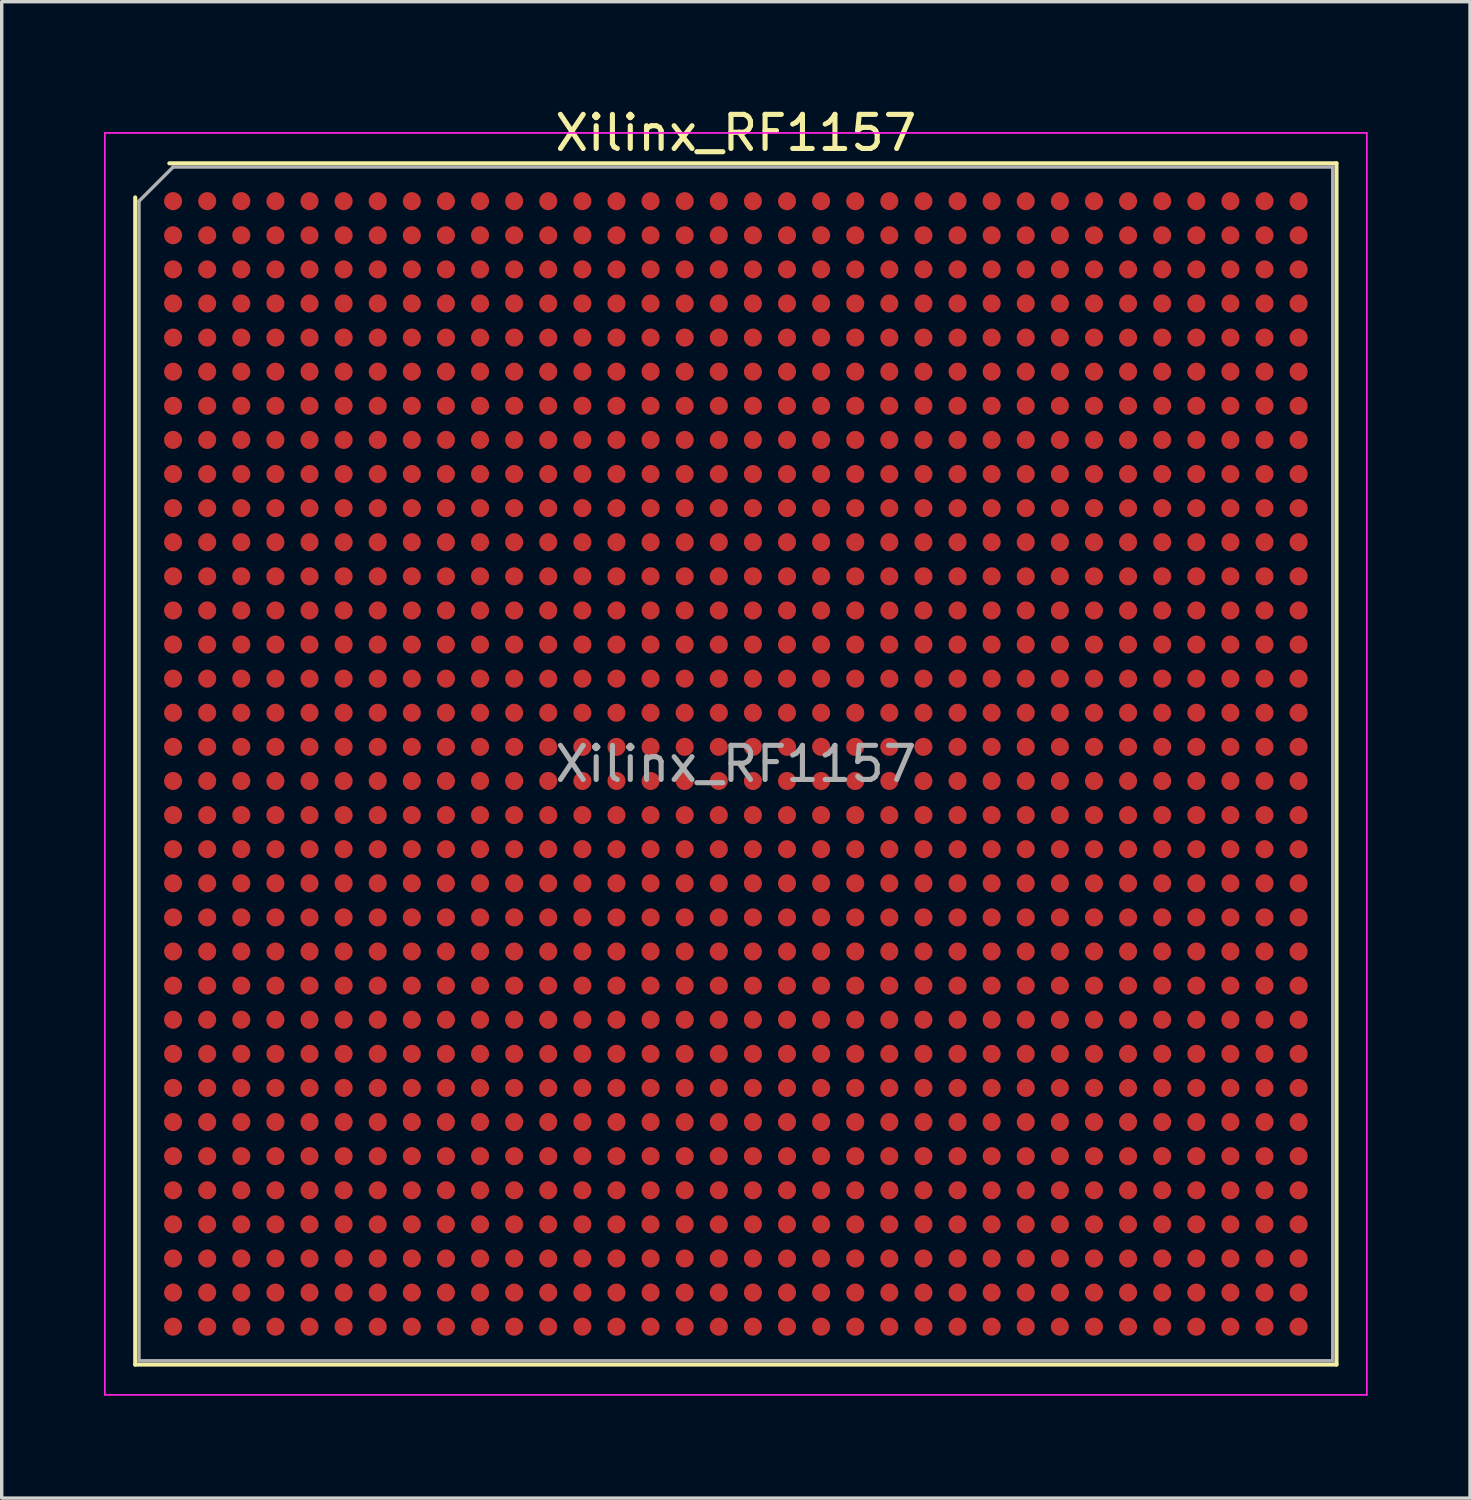
<source format=kicad_pcb>
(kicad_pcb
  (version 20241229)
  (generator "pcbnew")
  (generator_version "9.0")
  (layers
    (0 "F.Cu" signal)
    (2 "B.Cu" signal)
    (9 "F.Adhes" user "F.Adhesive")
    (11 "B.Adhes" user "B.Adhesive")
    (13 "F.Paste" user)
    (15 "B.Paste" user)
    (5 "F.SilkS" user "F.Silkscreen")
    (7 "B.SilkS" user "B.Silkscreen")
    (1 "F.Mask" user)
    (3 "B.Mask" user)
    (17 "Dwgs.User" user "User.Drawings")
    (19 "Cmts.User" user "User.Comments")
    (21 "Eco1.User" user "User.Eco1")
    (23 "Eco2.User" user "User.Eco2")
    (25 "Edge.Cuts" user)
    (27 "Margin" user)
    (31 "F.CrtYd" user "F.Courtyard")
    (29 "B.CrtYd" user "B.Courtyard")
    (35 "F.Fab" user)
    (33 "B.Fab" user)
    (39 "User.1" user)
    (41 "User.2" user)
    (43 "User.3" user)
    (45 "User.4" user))
  (footprint "Xilinx_RF1157"
    (layer "F.Cu")
    (at 18.525 19.348)
    (property "Reference" "Xilinx_RF1157" (at 0 -18.5 0) (layer "F.SilkS") (effects (font (size 1 1) (thickness 0.15))))
    (attr smd)
    (fp_line (start -17.61 17.61) (end -17.61 -16.61) (stroke (width 0.12) (type solid)) (layer "F.SilkS"))
    (fp_line (start -16.61 -17.61) (end 17.61 -17.61) (stroke (width 0.12) (type solid)) (layer "F.SilkS"))
    (fp_line (start 17.61 -17.61) (end 17.61 17.61) (stroke (width 0.12) (type solid)) (layer "F.SilkS"))
    (fp_line (start 17.61 17.61) (end -17.61 17.61) (stroke (width 0.12) (type solid)) (layer "F.SilkS"))
    (fp_line (start -18.5 -18.5) (end -18.5 18.5) (stroke (width 0.05) (type solid)) (layer "F.CrtYd"))
    (fp_line (start -18.5 18.5) (end 18.5 18.5) (stroke (width 0.05) (type solid)) (layer "F.CrtYd"))
    (fp_line (start 18.5 -18.5) (end -18.5 -18.5) (stroke (width 0.05) (type solid)) (layer "F.CrtYd"))
    (fp_line (start 18.5 18.5) (end 18.5 -18.5) (stroke (width 0.05) (type solid)) (layer "F.CrtYd"))
    (fp_line (start -17.5 -16.5) (end -16.5 -17.5) (stroke (width 0.1) (type solid)) (layer "F.Fab"))
    (fp_line (start -17.5 17.5) (end -17.5 -16.5) (stroke (width 0.1) (type solid)) (layer "F.Fab"))
    (fp_line (start -16.5 -17.5) (end 17.5 -17.5) (stroke (width 0.1) (type solid)) (layer "F.Fab"))
    (fp_line (start 17.5 -17.5) (end 17.5 17.5) (stroke (width 0.1) (type solid)) (layer "F.Fab"))
    (fp_line (start 17.5 17.5) (end -17.5 17.5) (stroke (width 0.1) (type solid)) (layer "F.Fab"))
    (fp_text user "${REFERENCE}" (at 0 0 0) (layer "F.Fab") (effects (font (size 1 1) (thickness 0.15))))
    (pad "A1" smd circle (at -16.5 -16.5) (size 0.53 0.53) (layers "F.Cu" "F.Mask" "F.Paste"))
    (pad "A2" smd circle (at -15.5 -16.5) (size 0.53 0.53) (layers "F.Cu" "F.Mask" "F.Paste"))
    (pad "A3" smd circle (at -14.5 -16.5) (size 0.53 0.53) (layers "F.Cu" "F.Mask" "F.Paste"))
    (pad "A4" smd circle (at -13.5 -16.5) (size 0.53 0.53) (layers "F.Cu" "F.Mask" "F.Paste"))
    (pad "A5" smd circle (at -12.5 -16.5) (size 0.53 0.53) (layers "F.Cu" "F.Mask" "F.Paste"))
    (pad "A6" smd circle (at -11.5 -16.5) (size 0.53 0.53) (layers "F.Cu" "F.Mask" "F.Paste"))
    (pad "A7" smd circle (at -10.5 -16.5) (size 0.53 0.53) (layers "F.Cu" "F.Mask" "F.Paste"))
    (pad "A8" smd circle (at -9.5 -16.5) (size 0.53 0.53) (layers "F.Cu" "F.Mask" "F.Paste"))
    (pad "A9" smd circle (at -8.5 -16.5) (size 0.53 0.53) (layers "F.Cu" "F.Mask" "F.Paste"))
    (pad "A10" smd circle (at -7.5 -16.5) (size 0.53 0.53) (layers "F.Cu" "F.Mask" "F.Paste"))
    (pad "A11" smd circle (at -6.5 -16.5) (size 0.53 0.53) (layers "F.Cu" "F.Mask" "F.Paste"))
    (pad "A12" smd circle (at -5.5 -16.5) (size 0.53 0.53) (layers "F.Cu" "F.Mask" "F.Paste"))
    (pad "A13" smd circle (at -4.5 -16.5) (size 0.53 0.53) (layers "F.Cu" "F.Mask" "F.Paste"))
    (pad "A14" smd circle (at -3.5 -16.5) (size 0.53 0.53) (layers "F.Cu" "F.Mask" "F.Paste"))
    (pad "A15" smd circle (at -2.5 -16.5) (size 0.53 0.53) (layers "F.Cu" "F.Mask" "F.Paste"))
    (pad "A16" smd circle (at -1.5 -16.5) (size 0.53 0.53) (layers "F.Cu" "F.Mask" "F.Paste"))
    (pad "A17" smd circle (at -0.5 -16.5) (size 0.53 0.53) (layers "F.Cu" "F.Mask" "F.Paste"))
    (pad "A18" smd circle (at 0.5 -16.5) (size 0.53 0.53) (layers "F.Cu" "F.Mask" "F.Paste"))
    (pad "A19" smd circle (at 1.5 -16.5) (size 0.53 0.53) (layers "F.Cu" "F.Mask" "F.Paste"))
    (pad "A20" smd circle (at 2.5 -16.5) (size 0.53 0.53) (layers "F.Cu" "F.Mask" "F.Paste"))
    (pad "A21" smd circle (at 3.5 -16.5) (size 0.53 0.53) (layers "F.Cu" "F.Mask" "F.Paste"))
    (pad "A22" smd circle (at 4.5 -16.5) (size 0.53 0.53) (layers "F.Cu" "F.Mask" "F.Paste"))
    (pad "A23" smd circle (at 5.5 -16.5) (size 0.53 0.53) (layers "F.Cu" "F.Mask" "F.Paste"))
    (pad "A24" smd circle (at 6.5 -16.5) (size 0.53 0.53) (layers "F.Cu" "F.Mask" "F.Paste"))
    (pad "A25" smd circle (at 7.5 -16.5) (size 0.53 0.53) (layers "F.Cu" "F.Mask" "F.Paste"))
    (pad "A26" smd circle (at 8.5 -16.5) (size 0.53 0.53) (layers "F.Cu" "F.Mask" "F.Paste"))
    (pad "A27" smd circle (at 9.5 -16.5) (size 0.53 0.53) (layers "F.Cu" "F.Mask" "F.Paste"))
    (pad "A28" smd circle (at 10.5 -16.5) (size 0.53 0.53) (layers "F.Cu" "F.Mask" "F.Paste"))
    (pad "A29" smd circle (at 11.5 -16.5) (size 0.53 0.53) (layers "F.Cu" "F.Mask" "F.Paste"))
    (pad "A30" smd circle (at 12.5 -16.5) (size 0.53 0.53) (layers "F.Cu" "F.Mask" "F.Paste"))
    (pad "A31" smd circle (at 13.5 -16.5) (size 0.53 0.53) (layers "F.Cu" "F.Mask" "F.Paste"))
    (pad "A32" smd circle (at 14.5 -16.5) (size 0.53 0.53) (layers "F.Cu" "F.Mask" "F.Paste"))
    (pad "A33" smd circle (at 15.5 -16.5) (size 0.53 0.53) (layers "F.Cu" "F.Mask" "F.Paste"))
    (pad "A34" smd circle (at 16.5 -16.5) (size 0.53 0.53) (layers "F.Cu" "F.Mask" "F.Paste"))
    (pad "AA1" smd circle (at -16.5 3.5) (size 0.53 0.53) (layers "F.Cu" "F.Mask" "F.Paste"))
    (pad "AA2" smd circle (at -15.5 3.5) (size 0.53 0.53) (layers "F.Cu" "F.Mask" "F.Paste"))
    (pad "AA3" smd circle (at -14.5 3.5) (size 0.53 0.53) (layers "F.Cu" "F.Mask" "F.Paste"))
    (pad "AA4" smd circle (at -13.5 3.5) (size 0.53 0.53) (layers "F.Cu" "F.Mask" "F.Paste"))
    (pad "AA5" smd circle (at -12.5 3.5) (size 0.53 0.53) (layers "F.Cu" "F.Mask" "F.Paste"))
    (pad "AA6" smd circle (at -11.5 3.5) (size 0.53 0.53) (layers "F.Cu" "F.Mask" "F.Paste"))
    (pad "AA7" smd circle (at -10.5 3.5) (size 0.53 0.53) (layers "F.Cu" "F.Mask" "F.Paste"))
    (pad "AA8" smd circle (at -9.5 3.5) (size 0.53 0.53) (layers "F.Cu" "F.Mask" "F.Paste"))
    (pad "AA9" smd circle (at -8.5 3.5) (size 0.53 0.53) (layers "F.Cu" "F.Mask" "F.Paste"))
    (pad "AA10" smd circle (at -7.5 3.5) (size 0.53 0.53) (layers "F.Cu" "F.Mask" "F.Paste"))
    (pad "AA11" smd circle (at -6.5 3.5) (size 0.53 0.53) (layers "F.Cu" "F.Mask" "F.Paste"))
    (pad "AA12" smd circle (at -5.5 3.5) (size 0.53 0.53) (layers "F.Cu" "F.Mask" "F.Paste"))
    (pad "AA13" smd circle (at -4.5 3.5) (size 0.53 0.53) (layers "F.Cu" "F.Mask" "F.Paste"))
    (pad "AA14" smd circle (at -3.5 3.5) (size 0.53 0.53) (layers "F.Cu" "F.Mask" "F.Paste"))
    (pad "AA15" smd circle (at -2.5 3.5) (size 0.53 0.53) (layers "F.Cu" "F.Mask" "F.Paste"))
    (pad "AA16" smd circle (at -1.5 3.5) (size 0.53 0.53) (layers "F.Cu" "F.Mask" "F.Paste"))
    (pad "AA17" smd circle (at -0.5 3.5) (size 0.53 0.53) (layers "F.Cu" "F.Mask" "F.Paste"))
    (pad "AA18" smd circle (at 0.5 3.5) (size 0.53 0.53) (layers "F.Cu" "F.Mask" "F.Paste"))
    (pad "AA19" smd circle (at 1.5 3.5) (size 0.53 0.53) (layers "F.Cu" "F.Mask" "F.Paste"))
    (pad "AA20" smd circle (at 2.5 3.5) (size 0.53 0.53) (layers "F.Cu" "F.Mask" "F.Paste"))
    (pad "AA21" smd circle (at 3.5 3.5) (size 0.53 0.53) (layers "F.Cu" "F.Mask" "F.Paste"))
    (pad "AA22" smd circle (at 4.5 3.5) (size 0.53 0.53) (layers "F.Cu" "F.Mask" "F.Paste"))
    (pad "AA23" smd circle (at 5.5 3.5) (size 0.53 0.53) (layers "F.Cu" "F.Mask" "F.Paste"))
    (pad "AA24" smd circle (at 6.5 3.5) (size 0.53 0.53) (layers "F.Cu" "F.Mask" "F.Paste"))
    (pad "AA25" smd circle (at 7.5 3.5) (size 0.53 0.53) (layers "F.Cu" "F.Mask" "F.Paste"))
    (pad "AA26" smd circle (at 8.5 3.5) (size 0.53 0.53) (layers "F.Cu" "F.Mask" "F.Paste"))
    (pad "AA27" smd circle (at 9.5 3.5) (size 0.53 0.53) (layers "F.Cu" "F.Mask" "F.Paste"))
    (pad "AA28" smd circle (at 10.5 3.5) (size 0.53 0.53) (layers "F.Cu" "F.Mask" "F.Paste"))
    (pad "AA29" smd circle (at 11.5 3.5) (size 0.53 0.53) (layers "F.Cu" "F.Mask" "F.Paste"))
    (pad "AA30" smd circle (at 12.5 3.5) (size 0.53 0.53) (layers "F.Cu" "F.Mask" "F.Paste"))
    (pad "AA31" smd circle (at 13.5 3.5) (size 0.53 0.53) (layers "F.Cu" "F.Mask" "F.Paste"))
    (pad "AA32" smd circle (at 14.5 3.5) (size 0.53 0.53) (layers "F.Cu" "F.Mask" "F.Paste"))
    (pad "AA33" smd circle (at 15.5 3.5) (size 0.53 0.53) (layers "F.Cu" "F.Mask" "F.Paste"))
    (pad "AA34" smd circle (at 16.5 3.5) (size 0.53 0.53) (layers "F.Cu" "F.Mask" "F.Paste"))
    (pad "AB1" smd circle (at -16.5 4.5) (size 0.53 0.53) (layers "F.Cu" "F.Mask" "F.Paste"))
    (pad "AB2" smd circle (at -15.5 4.5) (size 0.53 0.53) (layers "F.Cu" "F.Mask" "F.Paste"))
    (pad "AB3" smd circle (at -14.5 4.5) (size 0.53 0.53) (layers "F.Cu" "F.Mask" "F.Paste"))
    (pad "AB4" smd circle (at -13.5 4.5) (size 0.53 0.53) (layers "F.Cu" "F.Mask" "F.Paste"))
    (pad "AB5" smd circle (at -12.5 4.5) (size 0.53 0.53) (layers "F.Cu" "F.Mask" "F.Paste"))
    (pad "AB6" smd circle (at -11.5 4.5) (size 0.53 0.53) (layers "F.Cu" "F.Mask" "F.Paste"))
    (pad "AB7" smd circle (at -10.5 4.5) (size 0.53 0.53) (layers "F.Cu" "F.Mask" "F.Paste"))
    (pad "AB8" smd circle (at -9.5 4.5) (size 0.53 0.53) (layers "F.Cu" "F.Mask" "F.Paste"))
    (pad "AB9" smd circle (at -8.5 4.5) (size 0.53 0.53) (layers "F.Cu" "F.Mask" "F.Paste"))
    (pad "AB10" smd circle (at -7.5 4.5) (size 0.53 0.53) (layers "F.Cu" "F.Mask" "F.Paste"))
    (pad "AB11" smd circle (at -6.5 4.5) (size 0.53 0.53) (layers "F.Cu" "F.Mask" "F.Paste"))
    (pad "AB12" smd circle (at -5.5 4.5) (size 0.53 0.53) (layers "F.Cu" "F.Mask" "F.Paste"))
    (pad "AB13" smd circle (at -4.5 4.5) (size 0.53 0.53) (layers "F.Cu" "F.Mask" "F.Paste"))
    (pad "AB14" smd circle (at -3.5 4.5) (size 0.53 0.53) (layers "F.Cu" "F.Mask" "F.Paste"))
    (pad "AB15" smd circle (at -2.5 4.5) (size 0.53 0.53) (layers "F.Cu" "F.Mask" "F.Paste"))
    (pad "AB16" smd circle (at -1.5 4.5) (size 0.53 0.53) (layers "F.Cu" "F.Mask" "F.Paste"))
    (pad "AB17" smd circle (at -0.5 4.5) (size 0.53 0.53) (layers "F.Cu" "F.Mask" "F.Paste"))
    (pad "AB18" smd circle (at 0.5 4.5) (size 0.53 0.53) (layers "F.Cu" "F.Mask" "F.Paste"))
    (pad "AB19" smd circle (at 1.5 4.5) (size 0.53 0.53) (layers "F.Cu" "F.Mask" "F.Paste"))
    (pad "AB20" smd circle (at 2.5 4.5) (size 0.53 0.53) (layers "F.Cu" "F.Mask" "F.Paste"))
    (pad "AB21" smd circle (at 3.5 4.5) (size 0.53 0.53) (layers "F.Cu" "F.Mask" "F.Paste"))
    (pad "AB22" smd circle (at 4.5 4.5) (size 0.53 0.53) (layers "F.Cu" "F.Mask" "F.Paste"))
    (pad "AB23" smd circle (at 5.5 4.5) (size 0.53 0.53) (layers "F.Cu" "F.Mask" "F.Paste"))
    (pad "AB24" smd circle (at 6.5 4.5) (size 0.53 0.53) (layers "F.Cu" "F.Mask" "F.Paste"))
    (pad "AB25" smd circle (at 7.5 4.5) (size 0.53 0.53) (layers "F.Cu" "F.Mask" "F.Paste"))
    (pad "AB26" smd circle (at 8.5 4.5) (size 0.53 0.53) (layers "F.Cu" "F.Mask" "F.Paste"))
    (pad "AB27" smd circle (at 9.5 4.5) (size 0.53 0.53) (layers "F.Cu" "F.Mask" "F.Paste"))
    (pad "AB28" smd circle (at 10.5 4.5) (size 0.53 0.53) (layers "F.Cu" "F.Mask" "F.Paste"))
    (pad "AB29" smd circle (at 11.5 4.5) (size 0.53 0.53) (layers "F.Cu" "F.Mask" "F.Paste"))
    (pad "AB30" smd circle (at 12.5 4.5) (size 0.53 0.53) (layers "F.Cu" "F.Mask" "F.Paste"))
    (pad "AB31" smd circle (at 13.5 4.5) (size 0.53 0.53) (layers "F.Cu" "F.Mask" "F.Paste"))
    (pad "AB32" smd circle (at 14.5 4.5) (size 0.53 0.53) (layers "F.Cu" "F.Mask" "F.Paste"))
    (pad "AB33" smd circle (at 15.5 4.5) (size 0.53 0.53) (layers "F.Cu" "F.Mask" "F.Paste"))
    (pad "AB34" smd circle (at 16.5 4.5) (size 0.53 0.53) (layers "F.Cu" "F.Mask" "F.Paste"))
    (pad "AC1" smd circle (at -16.5 5.5) (size 0.53 0.53) (layers "F.Cu" "F.Mask" "F.Paste"))
    (pad "AC2" smd circle (at -15.5 5.5) (size 0.53 0.53) (layers "F.Cu" "F.Mask" "F.Paste"))
    (pad "AC3" smd circle (at -14.5 5.5) (size 0.53 0.53) (layers "F.Cu" "F.Mask" "F.Paste"))
    (pad "AC4" smd circle (at -13.5 5.5) (size 0.53 0.53) (layers "F.Cu" "F.Mask" "F.Paste"))
    (pad "AC5" smd circle (at -12.5 5.5) (size 0.53 0.53) (layers "F.Cu" "F.Mask" "F.Paste"))
    (pad "AC6" smd circle (at -11.5 5.5) (size 0.53 0.53) (layers "F.Cu" "F.Mask" "F.Paste"))
    (pad "AC7" smd circle (at -10.5 5.5) (size 0.53 0.53) (layers "F.Cu" "F.Mask" "F.Paste"))
    (pad "AC8" smd circle (at -9.5 5.5) (size 0.53 0.53) (layers "F.Cu" "F.Mask" "F.Paste"))
    (pad "AC9" smd circle (at -8.5 5.5) (size 0.53 0.53) (layers "F.Cu" "F.Mask" "F.Paste"))
    (pad "AC10" smd circle (at -7.5 5.5) (size 0.53 0.53) (layers "F.Cu" "F.Mask" "F.Paste"))
    (pad "AC11" smd circle (at -6.5 5.5) (size 0.53 0.53) (layers "F.Cu" "F.Mask" "F.Paste"))
    (pad "AC12" smd circle (at -5.5 5.5) (size 0.53 0.53) (layers "F.Cu" "F.Mask" "F.Paste"))
    (pad "AC13" smd circle (at -4.5 5.5) (size 0.53 0.53) (layers "F.Cu" "F.Mask" "F.Paste"))
    (pad "AC14" smd circle (at -3.5 5.5) (size 0.53 0.53) (layers "F.Cu" "F.Mask" "F.Paste"))
    (pad "AC15" smd circle (at -2.5 5.5) (size 0.53 0.53) (layers "F.Cu" "F.Mask" "F.Paste"))
    (pad "AC16" smd circle (at -1.5 5.5) (size 0.53 0.53) (layers "F.Cu" "F.Mask" "F.Paste"))
    (pad "AC17" smd circle (at -0.5 5.5) (size 0.53 0.53) (layers "F.Cu" "F.Mask" "F.Paste"))
    (pad "AC18" smd circle (at 0.5 5.5) (size 0.53 0.53) (layers "F.Cu" "F.Mask" "F.Paste"))
    (pad "AC19" smd circle (at 1.5 5.5) (size 0.53 0.53) (layers "F.Cu" "F.Mask" "F.Paste"))
    (pad "AC20" smd circle (at 2.5 5.5) (size 0.53 0.53) (layers "F.Cu" "F.Mask" "F.Paste"))
    (pad "AC21" smd circle (at 3.5 5.5) (size 0.53 0.53) (layers "F.Cu" "F.Mask" "F.Paste"))
    (pad "AC22" smd circle (at 4.5 5.5) (size 0.53 0.53) (layers "F.Cu" "F.Mask" "F.Paste"))
    (pad "AC23" smd circle (at 5.5 5.5) (size 0.53 0.53) (layers "F.Cu" "F.Mask" "F.Paste"))
    (pad "AC24" smd circle (at 6.5 5.5) (size 0.53 0.53) (layers "F.Cu" "F.Mask" "F.Paste"))
    (pad "AC25" smd circle (at 7.5 5.5) (size 0.53 0.53) (layers "F.Cu" "F.Mask" "F.Paste"))
    (pad "AC26" smd circle (at 8.5 5.5) (size 0.53 0.53) (layers "F.Cu" "F.Mask" "F.Paste"))
    (pad "AC27" smd circle (at 9.5 5.5) (size 0.53 0.53) (layers "F.Cu" "F.Mask" "F.Paste"))
    (pad "AC28" smd circle (at 10.5 5.5) (size 0.53 0.53) (layers "F.Cu" "F.Mask" "F.Paste"))
    (pad "AC29" smd circle (at 11.5 5.5) (size 0.53 0.53) (layers "F.Cu" "F.Mask" "F.Paste"))
    (pad "AC30" smd circle (at 12.5 5.5) (size 0.53 0.53) (layers "F.Cu" "F.Mask" "F.Paste"))
    (pad "AC31" smd circle (at 13.5 5.5) (size 0.53 0.53) (layers "F.Cu" "F.Mask" "F.Paste"))
    (pad "AC32" smd circle (at 14.5 5.5) (size 0.53 0.53) (layers "F.Cu" "F.Mask" "F.Paste"))
    (pad "AC33" smd circle (at 15.5 5.5) (size 0.53 0.53) (layers "F.Cu" "F.Mask" "F.Paste"))
    (pad "AC34" smd circle (at 16.5 5.5) (size 0.53 0.53) (layers "F.Cu" "F.Mask" "F.Paste"))
    (pad "AD1" smd circle (at -16.5 6.5) (size 0.53 0.53) (layers "F.Cu" "F.Mask" "F.Paste"))
    (pad "AD2" smd circle (at -15.5 6.5) (size 0.53 0.53) (layers "F.Cu" "F.Mask" "F.Paste"))
    (pad "AD3" smd circle (at -14.5 6.5) (size 0.53 0.53) (layers "F.Cu" "F.Mask" "F.Paste"))
    (pad "AD4" smd circle (at -13.5 6.5) (size 0.53 0.53) (layers "F.Cu" "F.Mask" "F.Paste"))
    (pad "AD5" smd circle (at -12.5 6.5) (size 0.53 0.53) (layers "F.Cu" "F.Mask" "F.Paste"))
    (pad "AD6" smd circle (at -11.5 6.5) (size 0.53 0.53) (layers "F.Cu" "F.Mask" "F.Paste"))
    (pad "AD7" smd circle (at -10.5 6.5) (size 0.53 0.53) (layers "F.Cu" "F.Mask" "F.Paste"))
    (pad "AD8" smd circle (at -9.5 6.5) (size 0.53 0.53) (layers "F.Cu" "F.Mask" "F.Paste"))
    (pad "AD9" smd circle (at -8.5 6.5) (size 0.53 0.53) (layers "F.Cu" "F.Mask" "F.Paste"))
    (pad "AD10" smd circle (at -7.5 6.5) (size 0.53 0.53) (layers "F.Cu" "F.Mask" "F.Paste"))
    (pad "AD11" smd circle (at -6.5 6.5) (size 0.53 0.53) (layers "F.Cu" "F.Mask" "F.Paste"))
    (pad "AD12" smd circle (at -5.5 6.5) (size 0.53 0.53) (layers "F.Cu" "F.Mask" "F.Paste"))
    (pad "AD13" smd circle (at -4.5 6.5) (size 0.53 0.53) (layers "F.Cu" "F.Mask" "F.Paste"))
    (pad "AD14" smd circle (at -3.5 6.5) (size 0.53 0.53) (layers "F.Cu" "F.Mask" "F.Paste"))
    (pad "AD15" smd circle (at -2.5 6.5) (size 0.53 0.53) (layers "F.Cu" "F.Mask" "F.Paste"))
    (pad "AD16" smd circle (at -1.5 6.5) (size 0.53 0.53) (layers "F.Cu" "F.Mask" "F.Paste"))
    (pad "AD17" smd circle (at -0.5 6.5) (size 0.53 0.53) (layers "F.Cu" "F.Mask" "F.Paste"))
    (pad "AD18" smd circle (at 0.5 6.5) (size 0.53 0.53) (layers "F.Cu" "F.Mask" "F.Paste"))
    (pad "AD19" smd circle (at 1.5 6.5) (size 0.53 0.53) (layers "F.Cu" "F.Mask" "F.Paste"))
    (pad "AD20" smd circle (at 2.5 6.5) (size 0.53 0.53) (layers "F.Cu" "F.Mask" "F.Paste"))
    (pad "AD21" smd circle (at 3.5 6.5) (size 0.53 0.53) (layers "F.Cu" "F.Mask" "F.Paste"))
    (pad "AD22" smd circle (at 4.5 6.5) (size 0.53 0.53) (layers "F.Cu" "F.Mask" "F.Paste"))
    (pad "AD23" smd circle (at 5.5 6.5) (size 0.53 0.53) (layers "F.Cu" "F.Mask" "F.Paste"))
    (pad "AD24" smd circle (at 6.5 6.5) (size 0.53 0.53) (layers "F.Cu" "F.Mask" "F.Paste"))
    (pad "AD25" smd circle (at 7.5 6.5) (size 0.53 0.53) (layers "F.Cu" "F.Mask" "F.Paste"))
    (pad "AD26" smd circle (at 8.5 6.5) (size 0.53 0.53) (layers "F.Cu" "F.Mask" "F.Paste"))
    (pad "AD27" smd circle (at 9.5 6.5) (size 0.53 0.53) (layers "F.Cu" "F.Mask" "F.Paste"))
    (pad "AD28" smd circle (at 10.5 6.5) (size 0.53 0.53) (layers "F.Cu" "F.Mask" "F.Paste"))
    (pad "AD29" smd circle (at 11.5 6.5) (size 0.53 0.53) (layers "F.Cu" "F.Mask" "F.Paste"))
    (pad "AD30" smd circle (at 12.5 6.5) (size 0.53 0.53) (layers "F.Cu" "F.Mask" "F.Paste"))
    (pad "AD31" smd circle (at 13.5 6.5) (size 0.53 0.53) (layers "F.Cu" "F.Mask" "F.Paste"))
    (pad "AD32" smd circle (at 14.5 6.5) (size 0.53 0.53) (layers "F.Cu" "F.Mask" "F.Paste"))
    (pad "AD33" smd circle (at 15.5 6.5) (size 0.53 0.53) (layers "F.Cu" "F.Mask" "F.Paste"))
    (pad "AD34" smd circle (at 16.5 6.5) (size 0.53 0.53) (layers "F.Cu" "F.Mask" "F.Paste"))
    (pad "AE1" smd circle (at -16.5 7.5) (size 0.53 0.53) (layers "F.Cu" "F.Mask" "F.Paste"))
    (pad "AE2" smd circle (at -15.5 7.5) (size 0.53 0.53) (layers "F.Cu" "F.Mask" "F.Paste"))
    (pad "AE3" smd circle (at -14.5 7.5) (size 0.53 0.53) (layers "F.Cu" "F.Mask" "F.Paste"))
    (pad "AE4" smd circle (at -13.5 7.5) (size 0.53 0.53) (layers "F.Cu" "F.Mask" "F.Paste"))
    (pad "AE5" smd circle (at -12.5 7.5) (size 0.53 0.53) (layers "F.Cu" "F.Mask" "F.Paste"))
    (pad "AE6" smd circle (at -11.5 7.5) (size 0.53 0.53) (layers "F.Cu" "F.Mask" "F.Paste"))
    (pad "AE7" smd circle (at -10.5 7.5) (size 0.53 0.53) (layers "F.Cu" "F.Mask" "F.Paste"))
    (pad "AE8" smd circle (at -9.5 7.5) (size 0.53 0.53) (layers "F.Cu" "F.Mask" "F.Paste"))
    (pad "AE9" smd circle (at -8.5 7.5) (size 0.53 0.53) (layers "F.Cu" "F.Mask" "F.Paste"))
    (pad "AE10" smd circle (at -7.5 7.5) (size 0.53 0.53) (layers "F.Cu" "F.Mask" "F.Paste"))
    (pad "AE11" smd circle (at -6.5 7.5) (size 0.53 0.53) (layers "F.Cu" "F.Mask" "F.Paste"))
    (pad "AE12" smd circle (at -5.5 7.5) (size 0.53 0.53) (layers "F.Cu" "F.Mask" "F.Paste"))
    (pad "AE13" smd circle (at -4.5 7.5) (size 0.53 0.53) (layers "F.Cu" "F.Mask" "F.Paste"))
    (pad "AE14" smd circle (at -3.5 7.5) (size 0.53 0.53) (layers "F.Cu" "F.Mask" "F.Paste"))
    (pad "AE15" smd circle (at -2.5 7.5) (size 0.53 0.53) (layers "F.Cu" "F.Mask" "F.Paste"))
    (pad "AE16" smd circle (at -1.5 7.5) (size 0.53 0.53) (layers "F.Cu" "F.Mask" "F.Paste"))
    (pad "AE17" smd circle (at -0.5 7.5) (size 0.53 0.53) (layers "F.Cu" "F.Mask" "F.Paste"))
    (pad "AE18" smd circle (at 0.5 7.5) (size 0.53 0.53) (layers "F.Cu" "F.Mask" "F.Paste"))
    (pad "AE19" smd circle (at 1.5 7.5) (size 0.53 0.53) (layers "F.Cu" "F.Mask" "F.Paste"))
    (pad "AE20" smd circle (at 2.5 7.5) (size 0.53 0.53) (layers "F.Cu" "F.Mask" "F.Paste"))
    (pad "AE21" smd circle (at 3.5 7.5) (size 0.53 0.53) (layers "F.Cu" "F.Mask" "F.Paste"))
    (pad "AE22" smd circle (at 4.5 7.5) (size 0.53 0.53) (layers "F.Cu" "F.Mask" "F.Paste"))
    (pad "AE23" smd circle (at 5.5 7.5) (size 0.53 0.53) (layers "F.Cu" "F.Mask" "F.Paste"))
    (pad "AE24" smd circle (at 6.5 7.5) (size 0.53 0.53) (layers "F.Cu" "F.Mask" "F.Paste"))
    (pad "AE25" smd circle (at 7.5 7.5) (size 0.53 0.53) (layers "F.Cu" "F.Mask" "F.Paste"))
    (pad "AE26" smd circle (at 8.5 7.5) (size 0.53 0.53) (layers "F.Cu" "F.Mask" "F.Paste"))
    (pad "AE27" smd circle (at 9.5 7.5) (size 0.53 0.53) (layers "F.Cu" "F.Mask" "F.Paste"))
    (pad "AE28" smd circle (at 10.5 7.5) (size 0.53 0.53) (layers "F.Cu" "F.Mask" "F.Paste"))
    (pad "AE29" smd circle (at 11.5 7.5) (size 0.53 0.53) (layers "F.Cu" "F.Mask" "F.Paste"))
    (pad "AE30" smd circle (at 12.5 7.5) (size 0.53 0.53) (layers "F.Cu" "F.Mask" "F.Paste"))
    (pad "AE31" smd circle (at 13.5 7.5) (size 0.53 0.53) (layers "F.Cu" "F.Mask" "F.Paste"))
    (pad "AE32" smd circle (at 14.5 7.5) (size 0.53 0.53) (layers "F.Cu" "F.Mask" "F.Paste"))
    (pad "AE33" smd circle (at 15.5 7.5) (size 0.53 0.53) (layers "F.Cu" "F.Mask" "F.Paste"))
    (pad "AE34" smd circle (at 16.5 7.5) (size 0.53 0.53) (layers "F.Cu" "F.Mask" "F.Paste"))
    (pad "AF1" smd circle (at -16.5 8.5) (size 0.53 0.53) (layers "F.Cu" "F.Mask" "F.Paste"))
    (pad "AF2" smd circle (at -15.5 8.5) (size 0.53 0.53) (layers "F.Cu" "F.Mask" "F.Paste"))
    (pad "AF3" smd circle (at -14.5 8.5) (size 0.53 0.53) (layers "F.Cu" "F.Mask" "F.Paste"))
    (pad "AF4" smd circle (at -13.5 8.5) (size 0.53 0.53) (layers "F.Cu" "F.Mask" "F.Paste"))
    (pad "AF5" smd circle (at -12.5 8.5) (size 0.53 0.53) (layers "F.Cu" "F.Mask" "F.Paste"))
    (pad "AF6" smd circle (at -11.5 8.5) (size 0.53 0.53) (layers "F.Cu" "F.Mask" "F.Paste"))
    (pad "AF7" smd circle (at -10.5 8.5) (size 0.53 0.53) (layers "F.Cu" "F.Mask" "F.Paste"))
    (pad "AF8" smd circle (at -9.5 8.5) (size 0.53 0.53) (layers "F.Cu" "F.Mask" "F.Paste"))
    (pad "AF9" smd circle (at -8.5 8.5) (size 0.53 0.53) (layers "F.Cu" "F.Mask" "F.Paste"))
    (pad "AF10" smd circle (at -7.5 8.5) (size 0.53 0.53) (layers "F.Cu" "F.Mask" "F.Paste"))
    (pad "AF11" smd circle (at -6.5 8.5) (size 0.53 0.53) (layers "F.Cu" "F.Mask" "F.Paste"))
    (pad "AF12" smd circle (at -5.5 8.5) (size 0.53 0.53) (layers "F.Cu" "F.Mask" "F.Paste"))
    (pad "AF13" smd circle (at -4.5 8.5) (size 0.53 0.53) (layers "F.Cu" "F.Mask" "F.Paste"))
    (pad "AF14" smd circle (at -3.5 8.5) (size 0.53 0.53) (layers "F.Cu" "F.Mask" "F.Paste"))
    (pad "AF15" smd circle (at -2.5 8.5) (size 0.53 0.53) (layers "F.Cu" "F.Mask" "F.Paste"))
    (pad "AF16" smd circle (at -1.5 8.5) (size 0.53 0.53) (layers "F.Cu" "F.Mask" "F.Paste"))
    (pad "AF17" smd circle (at -0.5 8.5) (size 0.53 0.53) (layers "F.Cu" "F.Mask" "F.Paste"))
    (pad "AF18" smd circle (at 0.5 8.5) (size 0.53 0.53) (layers "F.Cu" "F.Mask" "F.Paste"))
    (pad "AF19" smd circle (at 1.5 8.5) (size 0.53 0.53) (layers "F.Cu" "F.Mask" "F.Paste"))
    (pad "AF20" smd circle (at 2.5 8.5) (size 0.53 0.53) (layers "F.Cu" "F.Mask" "F.Paste"))
    (pad "AF21" smd circle (at 3.5 8.5) (size 0.53 0.53) (layers "F.Cu" "F.Mask" "F.Paste"))
    (pad "AF22" smd circle (at 4.5 8.5) (size 0.53 0.53) (layers "F.Cu" "F.Mask" "F.Paste"))
    (pad "AF23" smd circle (at 5.5 8.5) (size 0.53 0.53) (layers "F.Cu" "F.Mask" "F.Paste"))
    (pad "AF24" smd circle (at 6.5 8.5) (size 0.53 0.53) (layers "F.Cu" "F.Mask" "F.Paste"))
    (pad "AF25" smd circle (at 7.5 8.5) (size 0.53 0.53) (layers "F.Cu" "F.Mask" "F.Paste"))
    (pad "AF26" smd circle (at 8.5 8.5) (size 0.53 0.53) (layers "F.Cu" "F.Mask" "F.Paste"))
    (pad "AF27" smd circle (at 9.5 8.5) (size 0.53 0.53) (layers "F.Cu" "F.Mask" "F.Paste"))
    (pad "AF28" smd circle (at 10.5 8.5) (size 0.53 0.53) (layers "F.Cu" "F.Mask" "F.Paste"))
    (pad "AF29" smd circle (at 11.5 8.5) (size 0.53 0.53) (layers "F.Cu" "F.Mask" "F.Paste"))
    (pad "AF30" smd circle (at 12.5 8.5) (size 0.53 0.53) (layers "F.Cu" "F.Mask" "F.Paste"))
    (pad "AF31" smd circle (at 13.5 8.5) (size 0.53 0.53) (layers "F.Cu" "F.Mask" "F.Paste"))
    (pad "AF32" smd circle (at 14.5 8.5) (size 0.53 0.53) (layers "F.Cu" "F.Mask" "F.Paste"))
    (pad "AF33" smd circle (at 15.5 8.5) (size 0.53 0.53) (layers "F.Cu" "F.Mask" "F.Paste"))
    (pad "AF34" smd circle (at 16.5 8.5) (size 0.53 0.53) (layers "F.Cu" "F.Mask" "F.Paste"))
    (pad "AG1" smd circle (at -16.5 9.5) (size 0.53 0.53) (layers "F.Cu" "F.Mask" "F.Paste"))
    (pad "AG2" smd circle (at -15.5 9.5) (size 0.53 0.53) (layers "F.Cu" "F.Mask" "F.Paste"))
    (pad "AG3" smd circle (at -14.5 9.5) (size 0.53 0.53) (layers "F.Cu" "F.Mask" "F.Paste"))
    (pad "AG4" smd circle (at -13.5 9.5) (size 0.53 0.53) (layers "F.Cu" "F.Mask" "F.Paste"))
    (pad "AG5" smd circle (at -12.5 9.5) (size 0.53 0.53) (layers "F.Cu" "F.Mask" "F.Paste"))
    (pad "AG6" smd circle (at -11.5 9.5) (size 0.53 0.53) (layers "F.Cu" "F.Mask" "F.Paste"))
    (pad "AG7" smd circle (at -10.5 9.5) (size 0.53 0.53) (layers "F.Cu" "F.Mask" "F.Paste"))
    (pad "AG8" smd circle (at -9.5 9.5) (size 0.53 0.53) (layers "F.Cu" "F.Mask" "F.Paste"))
    (pad "AG9" smd circle (at -8.5 9.5) (size 0.53 0.53) (layers "F.Cu" "F.Mask" "F.Paste"))
    (pad "AG10" smd circle (at -7.5 9.5) (size 0.53 0.53) (layers "F.Cu" "F.Mask" "F.Paste"))
    (pad "AG11" smd circle (at -6.5 9.5) (size 0.53 0.53) (layers "F.Cu" "F.Mask" "F.Paste"))
    (pad "AG12" smd circle (at -5.5 9.5) (size 0.53 0.53) (layers "F.Cu" "F.Mask" "F.Paste"))
    (pad "AG13" smd circle (at -4.5 9.5) (size 0.53 0.53) (layers "F.Cu" "F.Mask" "F.Paste"))
    (pad "AG14" smd circle (at -3.5 9.5) (size 0.53 0.53) (layers "F.Cu" "F.Mask" "F.Paste"))
    (pad "AG15" smd circle (at -2.5 9.5) (size 0.53 0.53) (layers "F.Cu" "F.Mask" "F.Paste"))
    (pad "AG16" smd circle (at -1.5 9.5) (size 0.53 0.53) (layers "F.Cu" "F.Mask" "F.Paste"))
    (pad "AG17" smd circle (at -0.5 9.5) (size 0.53 0.53) (layers "F.Cu" "F.Mask" "F.Paste"))
    (pad "AG18" smd circle (at 0.5 9.5) (size 0.53 0.53) (layers "F.Cu" "F.Mask" "F.Paste"))
    (pad "AG19" smd circle (at 1.5 9.5) (size 0.53 0.53) (layers "F.Cu" "F.Mask" "F.Paste"))
    (pad "AG20" smd circle (at 2.5 9.5) (size 0.53 0.53) (layers "F.Cu" "F.Mask" "F.Paste"))
    (pad "AG21" smd circle (at 3.5 9.5) (size 0.53 0.53) (layers "F.Cu" "F.Mask" "F.Paste"))
    (pad "AG22" smd circle (at 4.5 9.5) (size 0.53 0.53) (layers "F.Cu" "F.Mask" "F.Paste"))
    (pad "AG23" smd circle (at 5.5 9.5) (size 0.53 0.53) (layers "F.Cu" "F.Mask" "F.Paste"))
    (pad "AG24" smd circle (at 6.5 9.5) (size 0.53 0.53) (layers "F.Cu" "F.Mask" "F.Paste"))
    (pad "AG25" smd circle (at 7.5 9.5) (size 0.53 0.53) (layers "F.Cu" "F.Mask" "F.Paste"))
    (pad "AG26" smd circle (at 8.5 9.5) (size 0.53 0.53) (layers "F.Cu" "F.Mask" "F.Paste"))
    (pad "AG27" smd circle (at 9.5 9.5) (size 0.53 0.53) (layers "F.Cu" "F.Mask" "F.Paste"))
    (pad "AG28" smd circle (at 10.5 9.5) (size 0.53 0.53) (layers "F.Cu" "F.Mask" "F.Paste"))
    (pad "AG29" smd circle (at 11.5 9.5) (size 0.53 0.53) (layers "F.Cu" "F.Mask" "F.Paste"))
    (pad "AG30" smd circle (at 12.5 9.5) (size 0.53 0.53) (layers "F.Cu" "F.Mask" "F.Paste"))
    (pad "AG31" smd circle (at 13.5 9.5) (size 0.53 0.53) (layers "F.Cu" "F.Mask" "F.Paste"))
    (pad "AG32" smd circle (at 14.5 9.5) (size 0.53 0.53) (layers "F.Cu" "F.Mask" "F.Paste"))
    (pad "AG33" smd circle (at 15.5 9.5) (size 0.53 0.53) (layers "F.Cu" "F.Mask" "F.Paste"))
    (pad "AG34" smd circle (at 16.5 9.5) (size 0.53 0.53) (layers "F.Cu" "F.Mask" "F.Paste"))
    (pad "AH1" smd circle (at -16.5 10.5) (size 0.53 0.53) (layers "F.Cu" "F.Mask" "F.Paste"))
    (pad "AH2" smd circle (at -15.5 10.5) (size 0.53 0.53) (layers "F.Cu" "F.Mask" "F.Paste"))
    (pad "AH3" smd circle (at -14.5 10.5) (size 0.53 0.53) (layers "F.Cu" "F.Mask" "F.Paste"))
    (pad "AH4" smd circle (at -13.5 10.5) (size 0.53 0.53) (layers "F.Cu" "F.Mask" "F.Paste"))
    (pad "AH5" smd circle (at -12.5 10.5) (size 0.53 0.53) (layers "F.Cu" "F.Mask" "F.Paste"))
    (pad "AH6" smd circle (at -11.5 10.5) (size 0.53 0.53) (layers "F.Cu" "F.Mask" "F.Paste"))
    (pad "AH7" smd circle (at -10.5 10.5) (size 0.53 0.53) (layers "F.Cu" "F.Mask" "F.Paste"))
    (pad "AH8" smd circle (at -9.5 10.5) (size 0.53 0.53) (layers "F.Cu" "F.Mask" "F.Paste"))
    (pad "AH9" smd circle (at -8.5 10.5) (size 0.53 0.53) (layers "F.Cu" "F.Mask" "F.Paste"))
    (pad "AH10" smd circle (at -7.5 10.5) (size 0.53 0.53) (layers "F.Cu" "F.Mask" "F.Paste"))
    (pad "AH11" smd circle (at -6.5 10.5) (size 0.53 0.53) (layers "F.Cu" "F.Mask" "F.Paste"))
    (pad "AH12" smd circle (at -5.5 10.5) (size 0.53 0.53) (layers "F.Cu" "F.Mask" "F.Paste"))
    (pad "AH13" smd circle (at -4.5 10.5) (size 0.53 0.53) (layers "F.Cu" "F.Mask" "F.Paste"))
    (pad "AH14" smd circle (at -3.5 10.5) (size 0.53 0.53) (layers "F.Cu" "F.Mask" "F.Paste"))
    (pad "AH15" smd circle (at -2.5 10.5) (size 0.53 0.53) (layers "F.Cu" "F.Mask" "F.Paste"))
    (pad "AH16" smd circle (at -1.5 10.5) (size 0.53 0.53) (layers "F.Cu" "F.Mask" "F.Paste"))
    (pad "AH17" smd circle (at -0.5 10.5) (size 0.53 0.53) (layers "F.Cu" "F.Mask" "F.Paste"))
    (pad "AH18" smd circle (at 0.5 10.5) (size 0.53 0.53) (layers "F.Cu" "F.Mask" "F.Paste"))
    (pad "AH19" smd circle (at 1.5 10.5) (size 0.53 0.53) (layers "F.Cu" "F.Mask" "F.Paste"))
    (pad "AH20" smd circle (at 2.5 10.5) (size 0.53 0.53) (layers "F.Cu" "F.Mask" "F.Paste"))
    (pad "AH21" smd circle (at 3.5 10.5) (size 0.53 0.53) (layers "F.Cu" "F.Mask" "F.Paste"))
    (pad "AH22" smd circle (at 4.5 10.5) (size 0.53 0.53) (layers "F.Cu" "F.Mask" "F.Paste"))
    (pad "AH23" smd circle (at 5.5 10.5) (size 0.53 0.53) (layers "F.Cu" "F.Mask" "F.Paste"))
    (pad "AH24" smd circle (at 6.5 10.5) (size 0.53 0.53) (layers "F.Cu" "F.Mask" "F.Paste"))
    (pad "AH25" smd circle (at 7.5 10.5) (size 0.53 0.53) (layers "F.Cu" "F.Mask" "F.Paste"))
    (pad "AH26" smd circle (at 8.5 10.5) (size 0.53 0.53) (layers "F.Cu" "F.Mask" "F.Paste"))
    (pad "AH27" smd circle (at 9.5 10.5) (size 0.53 0.53) (layers "F.Cu" "F.Mask" "F.Paste"))
    (pad "AH28" smd circle (at 10.5 10.5) (size 0.53 0.53) (layers "F.Cu" "F.Mask" "F.Paste"))
    (pad "AH29" smd circle (at 11.5 10.5) (size 0.53 0.53) (layers "F.Cu" "F.Mask" "F.Paste"))
    (pad "AH30" smd circle (at 12.5 10.5) (size 0.53 0.53) (layers "F.Cu" "F.Mask" "F.Paste"))
    (pad "AH31" smd circle (at 13.5 10.5) (size 0.53 0.53) (layers "F.Cu" "F.Mask" "F.Paste"))
    (pad "AH32" smd circle (at 14.5 10.5) (size 0.53 0.53) (layers "F.Cu" "F.Mask" "F.Paste"))
    (pad "AH33" smd circle (at 15.5 10.5) (size 0.53 0.53) (layers "F.Cu" "F.Mask" "F.Paste"))
    (pad "AH34" smd circle (at 16.5 10.5) (size 0.53 0.53) (layers "F.Cu" "F.Mask" "F.Paste"))
    (pad "AJ1" smd circle (at -16.5 11.5) (size 0.53 0.53) (layers "F.Cu" "F.Mask" "F.Paste"))
    (pad "AJ2" smd circle (at -15.5 11.5) (size 0.53 0.53) (layers "F.Cu" "F.Mask" "F.Paste"))
    (pad "AJ3" smd circle (at -14.5 11.5) (size 0.53 0.53) (layers "F.Cu" "F.Mask" "F.Paste"))
    (pad "AJ4" smd circle (at -13.5 11.5) (size 0.53 0.53) (layers "F.Cu" "F.Mask" "F.Paste"))
    (pad "AJ5" smd circle (at -12.5 11.5) (size 0.53 0.53) (layers "F.Cu" "F.Mask" "F.Paste"))
    (pad "AJ6" smd circle (at -11.5 11.5) (size 0.53 0.53) (layers "F.Cu" "F.Mask" "F.Paste"))
    (pad "AJ7" smd circle (at -10.5 11.5) (size 0.53 0.53) (layers "F.Cu" "F.Mask" "F.Paste"))
    (pad "AJ8" smd circle (at -9.5 11.5) (size 0.53 0.53) (layers "F.Cu" "F.Mask" "F.Paste"))
    (pad "AJ9" smd circle (at -8.5 11.5) (size 0.53 0.53) (layers "F.Cu" "F.Mask" "F.Paste"))
    (pad "AJ10" smd circle (at -7.5 11.5) (size 0.53 0.53) (layers "F.Cu" "F.Mask" "F.Paste"))
    (pad "AJ11" smd circle (at -6.5 11.5) (size 0.53 0.53) (layers "F.Cu" "F.Mask" "F.Paste"))
    (pad "AJ12" smd circle (at -5.5 11.5) (size 0.53 0.53) (layers "F.Cu" "F.Mask" "F.Paste"))
    (pad "AJ13" smd circle (at -4.5 11.5) (size 0.53 0.53) (layers "F.Cu" "F.Mask" "F.Paste"))
    (pad "AJ14" smd circle (at -3.5 11.5) (size 0.53 0.53) (layers "F.Cu" "F.Mask" "F.Paste"))
    (pad "AJ15" smd circle (at -2.5 11.5) (size 0.53 0.53) (layers "F.Cu" "F.Mask" "F.Paste"))
    (pad "AJ16" smd circle (at -1.5 11.5) (size 0.53 0.53) (layers "F.Cu" "F.Mask" "F.Paste"))
    (pad "AJ17" smd circle (at -0.5 11.5) (size 0.53 0.53) (layers "F.Cu" "F.Mask" "F.Paste"))
    (pad "AJ18" smd circle (at 0.5 11.5) (size 0.53 0.53) (layers "F.Cu" "F.Mask" "F.Paste"))
    (pad "AJ19" smd circle (at 1.5 11.5) (size 0.53 0.53) (layers "F.Cu" "F.Mask" "F.Paste"))
    (pad "AJ20" smd circle (at 2.5 11.5) (size 0.53 0.53) (layers "F.Cu" "F.Mask" "F.Paste"))
    (pad "AJ21" smd circle (at 3.5 11.5) (size 0.53 0.53) (layers "F.Cu" "F.Mask" "F.Paste"))
    (pad "AJ22" smd circle (at 4.5 11.5) (size 0.53 0.53) (layers "F.Cu" "F.Mask" "F.Paste"))
    (pad "AJ23" smd circle (at 5.5 11.5) (size 0.53 0.53) (layers "F.Cu" "F.Mask" "F.Paste"))
    (pad "AJ24" smd circle (at 6.5 11.5) (size 0.53 0.53) (layers "F.Cu" "F.Mask" "F.Paste"))
    (pad "AJ25" smd circle (at 7.5 11.5) (size 0.53 0.53) (layers "F.Cu" "F.Mask" "F.Paste"))
    (pad "AJ26" smd circle (at 8.5 11.5) (size 0.53 0.53) (layers "F.Cu" "F.Mask" "F.Paste"))
    (pad "AJ27" smd circle (at 9.5 11.5) (size 0.53 0.53) (layers "F.Cu" "F.Mask" "F.Paste"))
    (pad "AJ28" smd circle (at 10.5 11.5) (size 0.53 0.53) (layers "F.Cu" "F.Mask" "F.Paste"))
    (pad "AJ29" smd circle (at 11.5 11.5) (size 0.53 0.53) (layers "F.Cu" "F.Mask" "F.Paste"))
    (pad "AJ30" smd circle (at 12.5 11.5) (size 0.53 0.53) (layers "F.Cu" "F.Mask" "F.Paste"))
    (pad "AJ31" smd circle (at 13.5 11.5) (size 0.53 0.53) (layers "F.Cu" "F.Mask" "F.Paste"))
    (pad "AJ32" smd circle (at 14.5 11.5) (size 0.53 0.53) (layers "F.Cu" "F.Mask" "F.Paste"))
    (pad "AJ33" smd circle (at 15.5 11.5) (size 0.53 0.53) (layers "F.Cu" "F.Mask" "F.Paste"))
    (pad "AJ34" smd circle (at 16.5 11.5) (size 0.53 0.53) (layers "F.Cu" "F.Mask" "F.Paste"))
    (pad "AK1" smd circle (at -16.5 12.5) (size 0.53 0.53) (layers "F.Cu" "F.Mask" "F.Paste"))
    (pad "AK2" smd circle (at -15.5 12.5) (size 0.53 0.53) (layers "F.Cu" "F.Mask" "F.Paste"))
    (pad "AK3" smd circle (at -14.5 12.5) (size 0.53 0.53) (layers "F.Cu" "F.Mask" "F.Paste"))
    (pad "AK4" smd circle (at -13.5 12.5) (size 0.53 0.53) (layers "F.Cu" "F.Mask" "F.Paste"))
    (pad "AK5" smd circle (at -12.5 12.5) (size 0.53 0.53) (layers "F.Cu" "F.Mask" "F.Paste"))
    (pad "AK6" smd circle (at -11.5 12.5) (size 0.53 0.53) (layers "F.Cu" "F.Mask" "F.Paste"))
    (pad "AK7" smd circle (at -10.5 12.5) (size 0.53 0.53) (layers "F.Cu" "F.Mask" "F.Paste"))
    (pad "AK8" smd circle (at -9.5 12.5) (size 0.53 0.53) (layers "F.Cu" "F.Mask" "F.Paste"))
    (pad "AK9" smd circle (at -8.5 12.5) (size 0.53 0.53) (layers "F.Cu" "F.Mask" "F.Paste"))
    (pad "AK10" smd circle (at -7.5 12.5) (size 0.53 0.53) (layers "F.Cu" "F.Mask" "F.Paste"))
    (pad "AK11" smd circle (at -6.5 12.5) (size 0.53 0.53) (layers "F.Cu" "F.Mask" "F.Paste"))
    (pad "AK12" smd circle (at -5.5 12.5) (size 0.53 0.53) (layers "F.Cu" "F.Mask" "F.Paste"))
    (pad "AK13" smd circle (at -4.5 12.5) (size 0.53 0.53) (layers "F.Cu" "F.Mask" "F.Paste"))
    (pad "AK14" smd circle (at -3.5 12.5) (size 0.53 0.53) (layers "F.Cu" "F.Mask" "F.Paste"))
    (pad "AK15" smd circle (at -2.5 12.5) (size 0.53 0.53) (layers "F.Cu" "F.Mask" "F.Paste"))
    (pad "AK16" smd circle (at -1.5 12.5) (size 0.53 0.53) (layers "F.Cu" "F.Mask" "F.Paste"))
    (pad "AK17" smd circle (at -0.5 12.5) (size 0.53 0.53) (layers "F.Cu" "F.Mask" "F.Paste"))
    (pad "AK18" smd circle (at 0.5 12.5) (size 0.53 0.53) (layers "F.Cu" "F.Mask" "F.Paste"))
    (pad "AK19" smd circle (at 1.5 12.5) (size 0.53 0.53) (layers "F.Cu" "F.Mask" "F.Paste"))
    (pad "AK20" smd circle (at 2.5 12.5) (size 0.53 0.53) (layers "F.Cu" "F.Mask" "F.Paste"))
    (pad "AK21" smd circle (at 3.5 12.5) (size 0.53 0.53) (layers "F.Cu" "F.Mask" "F.Paste"))
    (pad "AK22" smd circle (at 4.5 12.5) (size 0.53 0.53) (layers "F.Cu" "F.Mask" "F.Paste"))
    (pad "AK23" smd circle (at 5.5 12.5) (size 0.53 0.53) (layers "F.Cu" "F.Mask" "F.Paste"))
    (pad "AK24" smd circle (at 6.5 12.5) (size 0.53 0.53) (layers "F.Cu" "F.Mask" "F.Paste"))
    (pad "AK25" smd circle (at 7.5 12.5) (size 0.53 0.53) (layers "F.Cu" "F.Mask" "F.Paste"))
    (pad "AK26" smd circle (at 8.5 12.5) (size 0.53 0.53) (layers "F.Cu" "F.Mask" "F.Paste"))
    (pad "AK27" smd circle (at 9.5 12.5) (size 0.53 0.53) (layers "F.Cu" "F.Mask" "F.Paste"))
    (pad "AK28" smd circle (at 10.5 12.5) (size 0.53 0.53) (layers "F.Cu" "F.Mask" "F.Paste"))
    (pad "AK29" smd circle (at 11.5 12.5) (size 0.53 0.53) (layers "F.Cu" "F.Mask" "F.Paste"))
    (pad "AK30" smd circle (at 12.5 12.5) (size 0.53 0.53) (layers "F.Cu" "F.Mask" "F.Paste"))
    (pad "AK31" smd circle (at 13.5 12.5) (size 0.53 0.53) (layers "F.Cu" "F.Mask" "F.Paste"))
    (pad "AK32" smd circle (at 14.5 12.5) (size 0.53 0.53) (layers "F.Cu" "F.Mask" "F.Paste"))
    (pad "AK33" smd circle (at 15.5 12.5) (size 0.53 0.53) (layers "F.Cu" "F.Mask" "F.Paste"))
    (pad "AK34" smd circle (at 16.5 12.5) (size 0.53 0.53) (layers "F.Cu" "F.Mask" "F.Paste"))
    (pad "AL1" smd circle (at -16.5 13.5) (size 0.53 0.53) (layers "F.Cu" "F.Mask" "F.Paste"))
    (pad "AL2" smd circle (at -15.5 13.5) (size 0.53 0.53) (layers "F.Cu" "F.Mask" "F.Paste"))
    (pad "AL3" smd circle (at -14.5 13.5) (size 0.53 0.53) (layers "F.Cu" "F.Mask" "F.Paste"))
    (pad "AL4" smd circle (at -13.5 13.5) (size 0.53 0.53) (layers "F.Cu" "F.Mask" "F.Paste"))
    (pad "AL5" smd circle (at -12.5 13.5) (size 0.53 0.53) (layers "F.Cu" "F.Mask" "F.Paste"))
    (pad "AL6" smd circle (at -11.5 13.5) (size 0.53 0.53) (layers "F.Cu" "F.Mask" "F.Paste"))
    (pad "AL7" smd circle (at -10.5 13.5) (size 0.53 0.53) (layers "F.Cu" "F.Mask" "F.Paste"))
    (pad "AL8" smd circle (at -9.5 13.5) (size 0.53 0.53) (layers "F.Cu" "F.Mask" "F.Paste"))
    (pad "AL9" smd circle (at -8.5 13.5) (size 0.53 0.53) (layers "F.Cu" "F.Mask" "F.Paste"))
    (pad "AL10" smd circle (at -7.5 13.5) (size 0.53 0.53) (layers "F.Cu" "F.Mask" "F.Paste"))
    (pad "AL11" smd circle (at -6.5 13.5) (size 0.53 0.53) (layers "F.Cu" "F.Mask" "F.Paste"))
    (pad "AL12" smd circle (at -5.5 13.5) (size 0.53 0.53) (layers "F.Cu" "F.Mask" "F.Paste"))
    (pad "AL13" smd circle (at -4.5 13.5) (size 0.53 0.53) (layers "F.Cu" "F.Mask" "F.Paste"))
    (pad "AL14" smd circle (at -3.5 13.5) (size 0.53 0.53) (layers "F.Cu" "F.Mask" "F.Paste"))
    (pad "AL15" smd circle (at -2.5 13.5) (size 0.53 0.53) (layers "F.Cu" "F.Mask" "F.Paste"))
    (pad "AL16" smd circle (at -1.5 13.5) (size 0.53 0.53) (layers "F.Cu" "F.Mask" "F.Paste"))
    (pad "AL17" smd circle (at -0.5 13.5) (size 0.53 0.53) (layers "F.Cu" "F.Mask" "F.Paste"))
    (pad "AL18" smd circle (at 0.5 13.5) (size 0.53 0.53) (layers "F.Cu" "F.Mask" "F.Paste"))
    (pad "AL19" smd circle (at 1.5 13.5) (size 0.53 0.53) (layers "F.Cu" "F.Mask" "F.Paste"))
    (pad "AL20" smd circle (at 2.5 13.5) (size 0.53 0.53) (layers "F.Cu" "F.Mask" "F.Paste"))
    (pad "AL21" smd circle (at 3.5 13.5) (size 0.53 0.53) (layers "F.Cu" "F.Mask" "F.Paste"))
    (pad "AL22" smd circle (at 4.5 13.5) (size 0.53 0.53) (layers "F.Cu" "F.Mask" "F.Paste"))
    (pad "AL23" smd circle (at 5.5 13.5) (size 0.53 0.53) (layers "F.Cu" "F.Mask" "F.Paste"))
    (pad "AL24" smd circle (at 6.5 13.5) (size 0.53 0.53) (layers "F.Cu" "F.Mask" "F.Paste"))
    (pad "AL25" smd circle (at 7.5 13.5) (size 0.53 0.53) (layers "F.Cu" "F.Mask" "F.Paste"))
    (pad "AL26" smd circle (at 8.5 13.5) (size 0.53 0.53) (layers "F.Cu" "F.Mask" "F.Paste"))
    (pad "AL27" smd circle (at 9.5 13.5) (size 0.53 0.53) (layers "F.Cu" "F.Mask" "F.Paste"))
    (pad "AL28" smd circle (at 10.5 13.5) (size 0.53 0.53) (layers "F.Cu" "F.Mask" "F.Paste"))
    (pad "AL29" smd circle (at 11.5 13.5) (size 0.53 0.53) (layers "F.Cu" "F.Mask" "F.Paste"))
    (pad "AL30" smd circle (at 12.5 13.5) (size 0.53 0.53) (layers "F.Cu" "F.Mask" "F.Paste"))
    (pad "AL31" smd circle (at 13.5 13.5) (size 0.53 0.53) (layers "F.Cu" "F.Mask" "F.Paste"))
    (pad "AL32" smd circle (at 14.5 13.5) (size 0.53 0.53) (layers "F.Cu" "F.Mask" "F.Paste"))
    (pad "AL33" smd circle (at 15.5 13.5) (size 0.53 0.53) (layers "F.Cu" "F.Mask" "F.Paste"))
    (pad "AL34" smd circle (at 16.5 13.5) (size 0.53 0.53) (layers "F.Cu" "F.Mask" "F.Paste"))
    (pad "AM1" smd circle (at -16.5 14.5) (size 0.53 0.53) (layers "F.Cu" "F.Mask" "F.Paste"))
    (pad "AM2" smd circle (at -15.5 14.5) (size 0.53 0.53) (layers "F.Cu" "F.Mask" "F.Paste"))
    (pad "AM3" smd circle (at -14.5 14.5) (size 0.53 0.53) (layers "F.Cu" "F.Mask" "F.Paste"))
    (pad "AM4" smd circle (at -13.5 14.5) (size 0.53 0.53) (layers "F.Cu" "F.Mask" "F.Paste"))
    (pad "AM5" smd circle (at -12.5 14.5) (size 0.53 0.53) (layers "F.Cu" "F.Mask" "F.Paste"))
    (pad "AM6" smd circle (at -11.5 14.5) (size 0.53 0.53) (layers "F.Cu" "F.Mask" "F.Paste"))
    (pad "AM7" smd circle (at -10.5 14.5) (size 0.53 0.53) (layers "F.Cu" "F.Mask" "F.Paste"))
    (pad "AM8" smd circle (at -9.5 14.5) (size 0.53 0.53) (layers "F.Cu" "F.Mask" "F.Paste"))
    (pad "AM9" smd circle (at -8.5 14.5) (size 0.53 0.53) (layers "F.Cu" "F.Mask" "F.Paste"))
    (pad "AM10" smd circle (at -7.5 14.5) (size 0.53 0.53) (layers "F.Cu" "F.Mask" "F.Paste"))
    (pad "AM11" smd circle (at -6.5 14.5) (size 0.53 0.53) (layers "F.Cu" "F.Mask" "F.Paste"))
    (pad "AM12" smd circle (at -5.5 14.5) (size 0.53 0.53) (layers "F.Cu" "F.Mask" "F.Paste"))
    (pad "AM13" smd circle (at -4.5 14.5) (size 0.53 0.53) (layers "F.Cu" "F.Mask" "F.Paste"))
    (pad "AM14" smd circle (at -3.5 14.5) (size 0.53 0.53) (layers "F.Cu" "F.Mask" "F.Paste"))
    (pad "AM15" smd circle (at -2.5 14.5) (size 0.53 0.53) (layers "F.Cu" "F.Mask" "F.Paste"))
    (pad "AM16" smd circle (at -1.5 14.5) (size 0.53 0.53) (layers "F.Cu" "F.Mask" "F.Paste"))
    (pad "AM17" smd circle (at -0.5 14.5) (size 0.53 0.53) (layers "F.Cu" "F.Mask" "F.Paste"))
    (pad "AM18" smd circle (at 0.5 14.5) (size 0.53 0.53) (layers "F.Cu" "F.Mask" "F.Paste"))
    (pad "AM19" smd circle (at 1.5 14.5) (size 0.53 0.53) (layers "F.Cu" "F.Mask" "F.Paste"))
    (pad "AM20" smd circle (at 2.5 14.5) (size 0.53 0.53) (layers "F.Cu" "F.Mask" "F.Paste"))
    (pad "AM21" smd circle (at 3.5 14.5) (size 0.53 0.53) (layers "F.Cu" "F.Mask" "F.Paste"))
    (pad "AM22" smd circle (at 4.5 14.5) (size 0.53 0.53) (layers "F.Cu" "F.Mask" "F.Paste"))
    (pad "AM23" smd circle (at 5.5 14.5) (size 0.53 0.53) (layers "F.Cu" "F.Mask" "F.Paste"))
    (pad "AM24" smd circle (at 6.5 14.5) (size 0.53 0.53) (layers "F.Cu" "F.Mask" "F.Paste"))
    (pad "AM25" smd circle (at 7.5 14.5) (size 0.53 0.53) (layers "F.Cu" "F.Mask" "F.Paste"))
    (pad "AM26" smd circle (at 8.5 14.5) (size 0.53 0.53) (layers "F.Cu" "F.Mask" "F.Paste"))
    (pad "AM27" smd circle (at 9.5 14.5) (size 0.53 0.53) (layers "F.Cu" "F.Mask" "F.Paste"))
    (pad "AM28" smd circle (at 10.5 14.5) (size 0.53 0.53) (layers "F.Cu" "F.Mask" "F.Paste"))
    (pad "AM29" smd circle (at 11.5 14.5) (size 0.53 0.53) (layers "F.Cu" "F.Mask" "F.Paste"))
    (pad "AM30" smd circle (at 12.5 14.5) (size 0.53 0.53) (layers "F.Cu" "F.Mask" "F.Paste"))
    (pad "AM31" smd circle (at 13.5 14.5) (size 0.53 0.53) (layers "F.Cu" "F.Mask" "F.Paste"))
    (pad "AM32" smd circle (at 14.5 14.5) (size 0.53 0.53) (layers "F.Cu" "F.Mask" "F.Paste"))
    (pad "AM33" smd circle (at 15.5 14.5) (size 0.53 0.53) (layers "F.Cu" "F.Mask" "F.Paste"))
    (pad "AM34" smd circle (at 16.5 14.5) (size 0.53 0.53) (layers "F.Cu" "F.Mask" "F.Paste"))
    (pad "AN1" smd circle (at -16.5 15.5) (size 0.53 0.53) (layers "F.Cu" "F.Mask" "F.Paste"))
    (pad "AN2" smd circle (at -15.5 15.5) (size 0.53 0.53) (layers "F.Cu" "F.Mask" "F.Paste"))
    (pad "AN3" smd circle (at -14.5 15.5) (size 0.53 0.53) (layers "F.Cu" "F.Mask" "F.Paste"))
    (pad "AN4" smd circle (at -13.5 15.5) (size 0.53 0.53) (layers "F.Cu" "F.Mask" "F.Paste"))
    (pad "AN5" smd circle (at -12.5 15.5) (size 0.53 0.53) (layers "F.Cu" "F.Mask" "F.Paste"))
    (pad "AN6" smd circle (at -11.5 15.5) (size 0.53 0.53) (layers "F.Cu" "F.Mask" "F.Paste"))
    (pad "AN7" smd circle (at -10.5 15.5) (size 0.53 0.53) (layers "F.Cu" "F.Mask" "F.Paste"))
    (pad "AN8" smd circle (at -9.5 15.5) (size 0.53 0.53) (layers "F.Cu" "F.Mask" "F.Paste"))
    (pad "AN9" smd circle (at -8.5 15.5) (size 0.53 0.53) (layers "F.Cu" "F.Mask" "F.Paste"))
    (pad "AN10" smd circle (at -7.5 15.5) (size 0.53 0.53) (layers "F.Cu" "F.Mask" "F.Paste"))
    (pad "AN11" smd circle (at -6.5 15.5) (size 0.53 0.53) (layers "F.Cu" "F.Mask" "F.Paste"))
    (pad "AN12" smd circle (at -5.5 15.5) (size 0.53 0.53) (layers "F.Cu" "F.Mask" "F.Paste"))
    (pad "AN13" smd circle (at -4.5 15.5) (size 0.53 0.53) (layers "F.Cu" "F.Mask" "F.Paste"))
    (pad "AN14" smd circle (at -3.5 15.5) (size 0.53 0.53) (layers "F.Cu" "F.Mask" "F.Paste"))
    (pad "AN15" smd circle (at -2.5 15.5) (size 0.53 0.53) (layers "F.Cu" "F.Mask" "F.Paste"))
    (pad "AN16" smd circle (at -1.5 15.5) (size 0.53 0.53) (layers "F.Cu" "F.Mask" "F.Paste"))
    (pad "AN17" smd circle (at -0.5 15.5) (size 0.53 0.53) (layers "F.Cu" "F.Mask" "F.Paste"))
    (pad "AN18" smd circle (at 0.5 15.5) (size 0.53 0.53) (layers "F.Cu" "F.Mask" "F.Paste"))
    (pad "AN19" smd circle (at 1.5 15.5) (size 0.53 0.53) (layers "F.Cu" "F.Mask" "F.Paste"))
    (pad "AN20" smd circle (at 2.5 15.5) (size 0.53 0.53) (layers "F.Cu" "F.Mask" "F.Paste"))
    (pad "AN21" smd circle (at 3.5 15.5) (size 0.53 0.53) (layers "F.Cu" "F.Mask" "F.Paste"))
    (pad "AN22" smd circle (at 4.5 15.5) (size 0.53 0.53) (layers "F.Cu" "F.Mask" "F.Paste"))
    (pad "AN23" smd circle (at 5.5 15.5) (size 0.53 0.53) (layers "F.Cu" "F.Mask" "F.Paste"))
    (pad "AN24" smd circle (at 6.5 15.5) (size 0.53 0.53) (layers "F.Cu" "F.Mask" "F.Paste"))
    (pad "AN25" smd circle (at 7.5 15.5) (size 0.53 0.53) (layers "F.Cu" "F.Mask" "F.Paste"))
    (pad "AN26" smd circle (at 8.5 15.5) (size 0.53 0.53) (layers "F.Cu" "F.Mask" "F.Paste"))
    (pad "AN27" smd circle (at 9.5 15.5) (size 0.53 0.53) (layers "F.Cu" "F.Mask" "F.Paste"))
    (pad "AN28" smd circle (at 10.5 15.5) (size 0.53 0.53) (layers "F.Cu" "F.Mask" "F.Paste"))
    (pad "AN29" smd circle (at 11.5 15.5) (size 0.53 0.53) (layers "F.Cu" "F.Mask" "F.Paste"))
    (pad "AN30" smd circle (at 12.5 15.5) (size 0.53 0.53) (layers "F.Cu" "F.Mask" "F.Paste"))
    (pad "AN31" smd circle (at 13.5 15.5) (size 0.53 0.53) (layers "F.Cu" "F.Mask" "F.Paste"))
    (pad "AN32" smd circle (at 14.5 15.5) (size 0.53 0.53) (layers "F.Cu" "F.Mask" "F.Paste"))
    (pad "AN33" smd circle (at 15.5 15.5) (size 0.53 0.53) (layers "F.Cu" "F.Mask" "F.Paste"))
    (pad "AN34" smd circle (at 16.5 15.5) (size 0.53 0.53) (layers "F.Cu" "F.Mask" "F.Paste"))
    (pad "AP1" smd circle (at -16.5 16.5) (size 0.53 0.53) (layers "F.Cu" "F.Mask" "F.Paste"))
    (pad "AP2" smd circle (at -15.5 16.5) (size 0.53 0.53) (layers "F.Cu" "F.Mask" "F.Paste"))
    (pad "AP3" smd circle (at -14.5 16.5) (size 0.53 0.53) (layers "F.Cu" "F.Mask" "F.Paste"))
    (pad "AP4" smd circle (at -13.5 16.5) (size 0.53 0.53) (layers "F.Cu" "F.Mask" "F.Paste"))
    (pad "AP5" smd circle (at -12.5 16.5) (size 0.53 0.53) (layers "F.Cu" "F.Mask" "F.Paste"))
    (pad "AP6" smd circle (at -11.5 16.5) (size 0.53 0.53) (layers "F.Cu" "F.Mask" "F.Paste"))
    (pad "AP7" smd circle (at -10.5 16.5) (size 0.53 0.53) (layers "F.Cu" "F.Mask" "F.Paste"))
    (pad "AP8" smd circle (at -9.5 16.5) (size 0.53 0.53) (layers "F.Cu" "F.Mask" "F.Paste"))
    (pad "AP9" smd circle (at -8.5 16.5) (size 0.53 0.53) (layers "F.Cu" "F.Mask" "F.Paste"))
    (pad "AP10" smd circle (at -7.5 16.5) (size 0.53 0.53) (layers "F.Cu" "F.Mask" "F.Paste"))
    (pad "AP11" smd circle (at -6.5 16.5) (size 0.53 0.53) (layers "F.Cu" "F.Mask" "F.Paste"))
    (pad "AP12" smd circle (at -5.5 16.5) (size 0.53 0.53) (layers "F.Cu" "F.Mask" "F.Paste"))
    (pad "AP13" smd circle (at -4.5 16.5) (size 0.53 0.53) (layers "F.Cu" "F.Mask" "F.Paste"))
    (pad "AP14" smd circle (at -3.5 16.5) (size 0.53 0.53) (layers "F.Cu" "F.Mask" "F.Paste"))
    (pad "AP15" smd circle (at -2.5 16.5) (size 0.53 0.53) (layers "F.Cu" "F.Mask" "F.Paste"))
    (pad "AP16" smd circle (at -1.5 16.5) (size 0.53 0.53) (layers "F.Cu" "F.Mask" "F.Paste"))
    (pad "AP17" smd circle (at -0.5 16.5) (size 0.53 0.53) (layers "F.Cu" "F.Mask" "F.Paste"))
    (pad "AP18" smd circle (at 0.5 16.5) (size 0.53 0.53) (layers "F.Cu" "F.Mask" "F.Paste"))
    (pad "AP19" smd circle (at 1.5 16.5) (size 0.53 0.53) (layers "F.Cu" "F.Mask" "F.Paste"))
    (pad "AP20" smd circle (at 2.5 16.5) (size 0.53 0.53) (layers "F.Cu" "F.Mask" "F.Paste"))
    (pad "AP21" smd circle (at 3.5 16.5) (size 0.53 0.53) (layers "F.Cu" "F.Mask" "F.Paste"))
    (pad "AP22" smd circle (at 4.5 16.5) (size 0.53 0.53) (layers "F.Cu" "F.Mask" "F.Paste"))
    (pad "AP23" smd circle (at 5.5 16.5) (size 0.53 0.53) (layers "F.Cu" "F.Mask" "F.Paste"))
    (pad "AP24" smd circle (at 6.5 16.5) (size 0.53 0.53) (layers "F.Cu" "F.Mask" "F.Paste"))
    (pad "AP25" smd circle (at 7.5 16.5) (size 0.53 0.53) (layers "F.Cu" "F.Mask" "F.Paste"))
    (pad "AP26" smd circle (at 8.5 16.5) (size 0.53 0.53) (layers "F.Cu" "F.Mask" "F.Paste"))
    (pad "AP27" smd circle (at 9.5 16.5) (size 0.53 0.53) (layers "F.Cu" "F.Mask" "F.Paste"))
    (pad "AP28" smd circle (at 10.5 16.5) (size 0.53 0.53) (layers "F.Cu" "F.Mask" "F.Paste"))
    (pad "AP29" smd circle (at 11.5 16.5) (size 0.53 0.53) (layers "F.Cu" "F.Mask" "F.Paste"))
    (pad "AP30" smd circle (at 12.5 16.5) (size 0.53 0.53) (layers "F.Cu" "F.Mask" "F.Paste"))
    (pad "AP31" smd circle (at 13.5 16.5) (size 0.53 0.53) (layers "F.Cu" "F.Mask" "F.Paste"))
    (pad "AP32" smd circle (at 14.5 16.5) (size 0.53 0.53) (layers "F.Cu" "F.Mask" "F.Paste"))
    (pad "AP33" smd circle (at 15.5 16.5) (size 0.53 0.53) (layers "F.Cu" "F.Mask" "F.Paste"))
    (pad "AP34" smd circle (at 16.5 16.5) (size 0.53 0.53) (layers "F.Cu" "F.Mask" "F.Paste"))
    (pad "B1" smd circle (at -16.5 -15.5) (size 0.53 0.53) (layers "F.Cu" "F.Mask" "F.Paste"))
    (pad "B2" smd circle (at -15.5 -15.5) (size 0.53 0.53) (layers "F.Cu" "F.Mask" "F.Paste"))
    (pad "B3" smd circle (at -14.5 -15.5) (size 0.53 0.53) (layers "F.Cu" "F.Mask" "F.Paste"))
    (pad "B4" smd circle (at -13.5 -15.5) (size 0.53 0.53) (layers "F.Cu" "F.Mask" "F.Paste"))
    (pad "B5" smd circle (at -12.5 -15.5) (size 0.53 0.53) (layers "F.Cu" "F.Mask" "F.Paste"))
    (pad "B6" smd circle (at -11.5 -15.5) (size 0.53 0.53) (layers "F.Cu" "F.Mask" "F.Paste"))
    (pad "B7" smd circle (at -10.5 -15.5) (size 0.53 0.53) (layers "F.Cu" "F.Mask" "F.Paste"))
    (pad "B8" smd circle (at -9.5 -15.5) (size 0.53 0.53) (layers "F.Cu" "F.Mask" "F.Paste"))
    (pad "B9" smd circle (at -8.5 -15.5) (size 0.53 0.53) (layers "F.Cu" "F.Mask" "F.Paste"))
    (pad "B10" smd circle (at -7.5 -15.5) (size 0.53 0.53) (layers "F.Cu" "F.Mask" "F.Paste"))
    (pad "B11" smd circle (at -6.5 -15.5) (size 0.53 0.53) (layers "F.Cu" "F.Mask" "F.Paste"))
    (pad "B12" smd circle (at -5.5 -15.5) (size 0.53 0.53) (layers "F.Cu" "F.Mask" "F.Paste"))
    (pad "B13" smd circle (at -4.5 -15.5) (size 0.53 0.53) (layers "F.Cu" "F.Mask" "F.Paste"))
    (pad "B14" smd circle (at -3.5 -15.5) (size 0.53 0.53) (layers "F.Cu" "F.Mask" "F.Paste"))
    (pad "B15" smd circle (at -2.5 -15.5) (size 0.53 0.53) (layers "F.Cu" "F.Mask" "F.Paste"))
    (pad "B16" smd circle (at -1.5 -15.5) (size 0.53 0.53) (layers "F.Cu" "F.Mask" "F.Paste"))
    (pad "B17" smd circle (at -0.5 -15.5) (size 0.53 0.53) (layers "F.Cu" "F.Mask" "F.Paste"))
    (pad "B18" smd circle (at 0.5 -15.5) (size 0.53 0.53) (layers "F.Cu" "F.Mask" "F.Paste"))
    (pad "B19" smd circle (at 1.5 -15.5) (size 0.53 0.53) (layers "F.Cu" "F.Mask" "F.Paste"))
    (pad "B20" smd circle (at 2.5 -15.5) (size 0.53 0.53) (layers "F.Cu" "F.Mask" "F.Paste"))
    (pad "B21" smd circle (at 3.5 -15.5) (size 0.53 0.53) (layers "F.Cu" "F.Mask" "F.Paste"))
    (pad "B22" smd circle (at 4.5 -15.5) (size 0.53 0.53) (layers "F.Cu" "F.Mask" "F.Paste"))
    (pad "B23" smd circle (at 5.5 -15.5) (size 0.53 0.53) (layers "F.Cu" "F.Mask" "F.Paste"))
    (pad "B24" smd circle (at 6.5 -15.5) (size 0.53 0.53) (layers "F.Cu" "F.Mask" "F.Paste"))
    (pad "B25" smd circle (at 7.5 -15.5) (size 0.53 0.53) (layers "F.Cu" "F.Mask" "F.Paste"))
    (pad "B26" smd circle (at 8.5 -15.5) (size 0.53 0.53) (layers "F.Cu" "F.Mask" "F.Paste"))
    (pad "B27" smd circle (at 9.5 -15.5) (size 0.53 0.53) (layers "F.Cu" "F.Mask" "F.Paste"))
    (pad "B28" smd circle (at 10.5 -15.5) (size 0.53 0.53) (layers "F.Cu" "F.Mask" "F.Paste"))
    (pad "B29" smd circle (at 11.5 -15.5) (size 0.53 0.53) (layers "F.Cu" "F.Mask" "F.Paste"))
    (pad "B30" smd circle (at 12.5 -15.5) (size 0.53 0.53) (layers "F.Cu" "F.Mask" "F.Paste"))
    (pad "B31" smd circle (at 13.5 -15.5) (size 0.53 0.53) (layers "F.Cu" "F.Mask" "F.Paste"))
    (pad "B32" smd circle (at 14.5 -15.5) (size 0.53 0.53) (layers "F.Cu" "F.Mask" "F.Paste"))
    (pad "B33" smd circle (at 15.5 -15.5) (size 0.53 0.53) (layers "F.Cu" "F.Mask" "F.Paste"))
    (pad "B34" smd circle (at 16.5 -15.5) (size 0.53 0.53) (layers "F.Cu" "F.Mask" "F.Paste"))
    (pad "C1" smd circle (at -16.5 -14.5) (size 0.53 0.53) (layers "F.Cu" "F.Mask" "F.Paste"))
    (pad "C2" smd circle (at -15.5 -14.5) (size 0.53 0.53) (layers "F.Cu" "F.Mask" "F.Paste"))
    (pad "C3" smd circle (at -14.5 -14.5) (size 0.53 0.53) (layers "F.Cu" "F.Mask" "F.Paste"))
    (pad "C4" smd circle (at -13.5 -14.5) (size 0.53 0.53) (layers "F.Cu" "F.Mask" "F.Paste"))
    (pad "C5" smd circle (at -12.5 -14.5) (size 0.53 0.53) (layers "F.Cu" "F.Mask" "F.Paste"))
    (pad "C6" smd circle (at -11.5 -14.5) (size 0.53 0.53) (layers "F.Cu" "F.Mask" "F.Paste"))
    (pad "C7" smd circle (at -10.5 -14.5) (size 0.53 0.53) (layers "F.Cu" "F.Mask" "F.Paste"))
    (pad "C8" smd circle (at -9.5 -14.5) (size 0.53 0.53) (layers "F.Cu" "F.Mask" "F.Paste"))
    (pad "C9" smd circle (at -8.5 -14.5) (size 0.53 0.53) (layers "F.Cu" "F.Mask" "F.Paste"))
    (pad "C10" smd circle (at -7.5 -14.5) (size 0.53 0.53) (layers "F.Cu" "F.Mask" "F.Paste"))
    (pad "C11" smd circle (at -6.5 -14.5) (size 0.53 0.53) (layers "F.Cu" "F.Mask" "F.Paste"))
    (pad "C12" smd circle (at -5.5 -14.5) (size 0.53 0.53) (layers "F.Cu" "F.Mask" "F.Paste"))
    (pad "C13" smd circle (at -4.5 -14.5) (size 0.53 0.53) (layers "F.Cu" "F.Mask" "F.Paste"))
    (pad "C14" smd circle (at -3.5 -14.5) (size 0.53 0.53) (layers "F.Cu" "F.Mask" "F.Paste"))
    (pad "C15" smd circle (at -2.5 -14.5) (size 0.53 0.53) (layers "F.Cu" "F.Mask" "F.Paste"))
    (pad "C16" smd circle (at -1.5 -14.5) (size 0.53 0.53) (layers "F.Cu" "F.Mask" "F.Paste"))
    (pad "C17" smd circle (at -0.5 -14.5) (size 0.53 0.53) (layers "F.Cu" "F.Mask" "F.Paste"))
    (pad "C18" smd circle (at 0.5 -14.5) (size 0.53 0.53) (layers "F.Cu" "F.Mask" "F.Paste"))
    (pad "C19" smd circle (at 1.5 -14.5) (size 0.53 0.53) (layers "F.Cu" "F.Mask" "F.Paste"))
    (pad "C20" smd circle (at 2.5 -14.5) (size 0.53 0.53) (layers "F.Cu" "F.Mask" "F.Paste"))
    (pad "C21" smd circle (at 3.5 -14.5) (size 0.53 0.53) (layers "F.Cu" "F.Mask" "F.Paste"))
    (pad "C22" smd circle (at 4.5 -14.5) (size 0.53 0.53) (layers "F.Cu" "F.Mask" "F.Paste"))
    (pad "C23" smd circle (at 5.5 -14.5) (size 0.53 0.53) (layers "F.Cu" "F.Mask" "F.Paste"))
    (pad "C24" smd circle (at 6.5 -14.5) (size 0.53 0.53) (layers "F.Cu" "F.Mask" "F.Paste"))
    (pad "C25" smd circle (at 7.5 -14.5) (size 0.53 0.53) (layers "F.Cu" "F.Mask" "F.Paste"))
    (pad "C26" smd circle (at 8.5 -14.5) (size 0.53 0.53) (layers "F.Cu" "F.Mask" "F.Paste"))
    (pad "C27" smd circle (at 9.5 -14.5) (size 0.53 0.53) (layers "F.Cu" "F.Mask" "F.Paste"))
    (pad "C28" smd circle (at 10.5 -14.5) (size 0.53 0.53) (layers "F.Cu" "F.Mask" "F.Paste"))
    (pad "C29" smd circle (at 11.5 -14.5) (size 0.53 0.53) (layers "F.Cu" "F.Mask" "F.Paste"))
    (pad "C30" smd circle (at 12.5 -14.5) (size 0.53 0.53) (layers "F.Cu" "F.Mask" "F.Paste"))
    (pad "C31" smd circle (at 13.5 -14.5) (size 0.53 0.53) (layers "F.Cu" "F.Mask" "F.Paste"))
    (pad "C32" smd circle (at 14.5 -14.5) (size 0.53 0.53) (layers "F.Cu" "F.Mask" "F.Paste"))
    (pad "C33" smd circle (at 15.5 -14.5) (size 0.53 0.53) (layers "F.Cu" "F.Mask" "F.Paste"))
    (pad "C34" smd circle (at 16.5 -14.5) (size 0.53 0.53) (layers "F.Cu" "F.Mask" "F.Paste"))
    (pad "D1" smd circle (at -16.5 -13.5) (size 0.53 0.53) (layers "F.Cu" "F.Mask" "F.Paste"))
    (pad "D2" smd circle (at -15.5 -13.5) (size 0.53 0.53) (layers "F.Cu" "F.Mask" "F.Paste"))
    (pad "D3" smd circle (at -14.5 -13.5) (size 0.53 0.53) (layers "F.Cu" "F.Mask" "F.Paste"))
    (pad "D4" smd circle (at -13.5 -13.5) (size 0.53 0.53) (layers "F.Cu" "F.Mask" "F.Paste"))
    (pad "D5" smd circle (at -12.5 -13.5) (size 0.53 0.53) (layers "F.Cu" "F.Mask" "F.Paste"))
    (pad "D6" smd circle (at -11.5 -13.5) (size 0.53 0.53) (layers "F.Cu" "F.Mask" "F.Paste"))
    (pad "D7" smd circle (at -10.5 -13.5) (size 0.53 0.53) (layers "F.Cu" "F.Mask" "F.Paste"))
    (pad "D8" smd circle (at -9.5 -13.5) (size 0.53 0.53) (layers "F.Cu" "F.Mask" "F.Paste"))
    (pad "D9" smd circle (at -8.5 -13.5) (size 0.53 0.53) (layers "F.Cu" "F.Mask" "F.Paste"))
    (pad "D10" smd circle (at -7.5 -13.5) (size 0.53 0.53) (layers "F.Cu" "F.Mask" "F.Paste"))
    (pad "D11" smd circle (at -6.5 -13.5) (size 0.53 0.53) (layers "F.Cu" "F.Mask" "F.Paste"))
    (pad "D12" smd circle (at -5.5 -13.5) (size 0.53 0.53) (layers "F.Cu" "F.Mask" "F.Paste"))
    (pad "D13" smd circle (at -4.5 -13.5) (size 0.53 0.53) (layers "F.Cu" "F.Mask" "F.Paste"))
    (pad "D14" smd circle (at -3.5 -13.5) (size 0.53 0.53) (layers "F.Cu" "F.Mask" "F.Paste"))
    (pad "D15" smd circle (at -2.5 -13.5) (size 0.53 0.53) (layers "F.Cu" "F.Mask" "F.Paste"))
    (pad "D16" smd circle (at -1.5 -13.5) (size 0.53 0.53) (layers "F.Cu" "F.Mask" "F.Paste"))
    (pad "D17" smd circle (at -0.5 -13.5) (size 0.53 0.53) (layers "F.Cu" "F.Mask" "F.Paste"))
    (pad "D18" smd circle (at 0.5 -13.5) (size 0.53 0.53) (layers "F.Cu" "F.Mask" "F.Paste"))
    (pad "D19" smd circle (at 1.5 -13.5) (size 0.53 0.53) (layers "F.Cu" "F.Mask" "F.Paste"))
    (pad "D20" smd circle (at 2.5 -13.5) (size 0.53 0.53) (layers "F.Cu" "F.Mask" "F.Paste"))
    (pad "D21" smd circle (at 3.5 -13.5) (size 0.53 0.53) (layers "F.Cu" "F.Mask" "F.Paste"))
    (pad "D22" smd circle (at 4.5 -13.5) (size 0.53 0.53) (layers "F.Cu" "F.Mask" "F.Paste"))
    (pad "D23" smd circle (at 5.5 -13.5) (size 0.53 0.53) (layers "F.Cu" "F.Mask" "F.Paste"))
    (pad "D24" smd circle (at 6.5 -13.5) (size 0.53 0.53) (layers "F.Cu" "F.Mask" "F.Paste"))
    (pad "D25" smd circle (at 7.5 -13.5) (size 0.53 0.53) (layers "F.Cu" "F.Mask" "F.Paste"))
    (pad "D26" smd circle (at 8.5 -13.5) (size 0.53 0.53) (layers "F.Cu" "F.Mask" "F.Paste"))
    (pad "D27" smd circle (at 9.5 -13.5) (size 0.53 0.53) (layers "F.Cu" "F.Mask" "F.Paste"))
    (pad "D28" smd circle (at 10.5 -13.5) (size 0.53 0.53) (layers "F.Cu" "F.Mask" "F.Paste"))
    (pad "D29" smd circle (at 11.5 -13.5) (size 0.53 0.53) (layers "F.Cu" "F.Mask" "F.Paste"))
    (pad "D30" smd circle (at 12.5 -13.5) (size 0.53 0.53) (layers "F.Cu" "F.Mask" "F.Paste"))
    (pad "D31" smd circle (at 13.5 -13.5) (size 0.53 0.53) (layers "F.Cu" "F.Mask" "F.Paste"))
    (pad "D32" smd circle (at 14.5 -13.5) (size 0.53 0.53) (layers "F.Cu" "F.Mask" "F.Paste"))
    (pad "D33" smd circle (at 15.5 -13.5) (size 0.53 0.53) (layers "F.Cu" "F.Mask" "F.Paste"))
    (pad "D34" smd circle (at 16.5 -13.5) (size 0.53 0.53) (layers "F.Cu" "F.Mask" "F.Paste"))
    (pad "E1" smd circle (at -16.5 -12.5) (size 0.53 0.53) (layers "F.Cu" "F.Mask" "F.Paste"))
    (pad "E2" smd circle (at -15.5 -12.5) (size 0.53 0.53) (layers "F.Cu" "F.Mask" "F.Paste"))
    (pad "E3" smd circle (at -14.5 -12.5) (size 0.53 0.53) (layers "F.Cu" "F.Mask" "F.Paste"))
    (pad "E4" smd circle (at -13.5 -12.5) (size 0.53 0.53) (layers "F.Cu" "F.Mask" "F.Paste"))
    (pad "E5" smd circle (at -12.5 -12.5) (size 0.53 0.53) (layers "F.Cu" "F.Mask" "F.Paste"))
    (pad "E6" smd circle (at -11.5 -12.5) (size 0.53 0.53) (layers "F.Cu" "F.Mask" "F.Paste"))
    (pad "E7" smd circle (at -10.5 -12.5) (size 0.53 0.53) (layers "F.Cu" "F.Mask" "F.Paste"))
    (pad "E8" smd circle (at -9.5 -12.5) (size 0.53 0.53) (layers "F.Cu" "F.Mask" "F.Paste"))
    (pad "E9" smd circle (at -8.5 -12.5) (size 0.53 0.53) (layers "F.Cu" "F.Mask" "F.Paste"))
    (pad "E10" smd circle (at -7.5 -12.5) (size 0.53 0.53) (layers "F.Cu" "F.Mask" "F.Paste"))
    (pad "E11" smd circle (at -6.5 -12.5) (size 0.53 0.53) (layers "F.Cu" "F.Mask" "F.Paste"))
    (pad "E12" smd circle (at -5.5 -12.5) (size 0.53 0.53) (layers "F.Cu" "F.Mask" "F.Paste"))
    (pad "E13" smd circle (at -4.5 -12.5) (size 0.53 0.53) (layers "F.Cu" "F.Mask" "F.Paste"))
    (pad "E14" smd circle (at -3.5 -12.5) (size 0.53 0.53) (layers "F.Cu" "F.Mask" "F.Paste"))
    (pad "E15" smd circle (at -2.5 -12.5) (size 0.53 0.53) (layers "F.Cu" "F.Mask" "F.Paste"))
    (pad "E16" smd circle (at -1.5 -12.5) (size 0.53 0.53) (layers "F.Cu" "F.Mask" "F.Paste"))
    (pad "E17" smd circle (at -0.5 -12.5) (size 0.53 0.53) (layers "F.Cu" "F.Mask" "F.Paste"))
    (pad "E18" smd circle (at 0.5 -12.5) (size 0.53 0.53) (layers "F.Cu" "F.Mask" "F.Paste"))
    (pad "E19" smd circle (at 1.5 -12.5) (size 0.53 0.53) (layers "F.Cu" "F.Mask" "F.Paste"))
    (pad "E20" smd circle (at 2.5 -12.5) (size 0.53 0.53) (layers "F.Cu" "F.Mask" "F.Paste"))
    (pad "E21" smd circle (at 3.5 -12.5) (size 0.53 0.53) (layers "F.Cu" "F.Mask" "F.Paste"))
    (pad "E22" smd circle (at 4.5 -12.5) (size 0.53 0.53) (layers "F.Cu" "F.Mask" "F.Paste"))
    (pad "E23" smd circle (at 5.5 -12.5) (size 0.53 0.53) (layers "F.Cu" "F.Mask" "F.Paste"))
    (pad "E24" smd circle (at 6.5 -12.5) (size 0.53 0.53) (layers "F.Cu" "F.Mask" "F.Paste"))
    (pad "E25" smd circle (at 7.5 -12.5) (size 0.53 0.53) (layers "F.Cu" "F.Mask" "F.Paste"))
    (pad "E26" smd circle (at 8.5 -12.5) (size 0.53 0.53) (layers "F.Cu" "F.Mask" "F.Paste"))
    (pad "E27" smd circle (at 9.5 -12.5) (size 0.53 0.53) (layers "F.Cu" "F.Mask" "F.Paste"))
    (pad "E28" smd circle (at 10.5 -12.5) (size 0.53 0.53) (layers "F.Cu" "F.Mask" "F.Paste"))
    (pad "E29" smd circle (at 11.5 -12.5) (size 0.53 0.53) (layers "F.Cu" "F.Mask" "F.Paste"))
    (pad "E30" smd circle (at 12.5 -12.5) (size 0.53 0.53) (layers "F.Cu" "F.Mask" "F.Paste"))
    (pad "E31" smd circle (at 13.5 -12.5) (size 0.53 0.53) (layers "F.Cu" "F.Mask" "F.Paste"))
    (pad "E32" smd circle (at 14.5 -12.5) (size 0.53 0.53) (layers "F.Cu" "F.Mask" "F.Paste"))
    (pad "E33" smd circle (at 15.5 -12.5) (size 0.53 0.53) (layers "F.Cu" "F.Mask" "F.Paste"))
    (pad "E34" smd circle (at 16.5 -12.5) (size 0.53 0.53) (layers "F.Cu" "F.Mask" "F.Paste"))
    (pad "F1" smd circle (at -16.5 -11.5) (size 0.53 0.53) (layers "F.Cu" "F.Mask" "F.Paste"))
    (pad "F2" smd circle (at -15.5 -11.5) (size 0.53 0.53) (layers "F.Cu" "F.Mask" "F.Paste"))
    (pad "F3" smd circle (at -14.5 -11.5) (size 0.53 0.53) (layers "F.Cu" "F.Mask" "F.Paste"))
    (pad "F4" smd circle (at -13.5 -11.5) (size 0.53 0.53) (layers "F.Cu" "F.Mask" "F.Paste"))
    (pad "F5" smd circle (at -12.5 -11.5) (size 0.53 0.53) (layers "F.Cu" "F.Mask" "F.Paste"))
    (pad "F6" smd circle (at -11.5 -11.5) (size 0.53 0.53) (layers "F.Cu" "F.Mask" "F.Paste"))
    (pad "F7" smd circle (at -10.5 -11.5) (size 0.53 0.53) (layers "F.Cu" "F.Mask" "F.Paste"))
    (pad "F8" smd circle (at -9.5 -11.5) (size 0.53 0.53) (layers "F.Cu" "F.Mask" "F.Paste"))
    (pad "F9" smd circle (at -8.5 -11.5) (size 0.53 0.53) (layers "F.Cu" "F.Mask" "F.Paste"))
    (pad "F10" smd circle (at -7.5 -11.5) (size 0.53 0.53) (layers "F.Cu" "F.Mask" "F.Paste"))
    (pad "F11" smd circle (at -6.5 -11.5) (size 0.53 0.53) (layers "F.Cu" "F.Mask" "F.Paste"))
    (pad "F12" smd circle (at -5.5 -11.5) (size 0.53 0.53) (layers "F.Cu" "F.Mask" "F.Paste"))
    (pad "F13" smd circle (at -4.5 -11.5) (size 0.53 0.53) (layers "F.Cu" "F.Mask" "F.Paste"))
    (pad "F14" smd circle (at -3.5 -11.5) (size 0.53 0.53) (layers "F.Cu" "F.Mask" "F.Paste"))
    (pad "F15" smd circle (at -2.5 -11.5) (size 0.53 0.53) (layers "F.Cu" "F.Mask" "F.Paste"))
    (pad "F16" smd circle (at -1.5 -11.5) (size 0.53 0.53) (layers "F.Cu" "F.Mask" "F.Paste"))
    (pad "F17" smd circle (at -0.5 -11.5) (size 0.53 0.53) (layers "F.Cu" "F.Mask" "F.Paste"))
    (pad "F18" smd circle (at 0.5 -11.5) (size 0.53 0.53) (layers "F.Cu" "F.Mask" "F.Paste"))
    (pad "F19" smd circle (at 1.5 -11.5) (size 0.53 0.53) (layers "F.Cu" "F.Mask" "F.Paste"))
    (pad "F20" smd circle (at 2.5 -11.5) (size 0.53 0.53) (layers "F.Cu" "F.Mask" "F.Paste"))
    (pad "F21" smd circle (at 3.5 -11.5) (size 0.53 0.53) (layers "F.Cu" "F.Mask" "F.Paste"))
    (pad "F22" smd circle (at 4.5 -11.5) (size 0.53 0.53) (layers "F.Cu" "F.Mask" "F.Paste"))
    (pad "F23" smd circle (at 5.5 -11.5) (size 0.53 0.53) (layers "F.Cu" "F.Mask" "F.Paste"))
    (pad "F24" smd circle (at 6.5 -11.5) (size 0.53 0.53) (layers "F.Cu" "F.Mask" "F.Paste"))
    (pad "F25" smd circle (at 7.5 -11.5) (size 0.53 0.53) (layers "F.Cu" "F.Mask" "F.Paste"))
    (pad "F26" smd circle (at 8.5 -11.5) (size 0.53 0.53) (layers "F.Cu" "F.Mask" "F.Paste"))
    (pad "F27" smd circle (at 9.5 -11.5) (size 0.53 0.53) (layers "F.Cu" "F.Mask" "F.Paste"))
    (pad "F28" smd circle (at 10.5 -11.5) (size 0.53 0.53) (layers "F.Cu" "F.Mask" "F.Paste"))
    (pad "F29" smd circle (at 11.5 -11.5) (size 0.53 0.53) (layers "F.Cu" "F.Mask" "F.Paste"))
    (pad "F30" smd circle (at 12.5 -11.5) (size 0.53 0.53) (layers "F.Cu" "F.Mask" "F.Paste"))
    (pad "F31" smd circle (at 13.5 -11.5) (size 0.53 0.53) (layers "F.Cu" "F.Mask" "F.Paste"))
    (pad "F32" smd circle (at 14.5 -11.5) (size 0.53 0.53) (layers "F.Cu" "F.Mask" "F.Paste"))
    (pad "F33" smd circle (at 15.5 -11.5) (size 0.53 0.53) (layers "F.Cu" "F.Mask" "F.Paste"))
    (pad "F34" smd circle (at 16.5 -11.5) (size 0.53 0.53) (layers "F.Cu" "F.Mask" "F.Paste"))
    (pad "G1" smd circle (at -16.5 -10.5) (size 0.53 0.53) (layers "F.Cu" "F.Mask" "F.Paste"))
    (pad "G2" smd circle (at -15.5 -10.5) (size 0.53 0.53) (layers "F.Cu" "F.Mask" "F.Paste"))
    (pad "G3" smd circle (at -14.5 -10.5) (size 0.53 0.53) (layers "F.Cu" "F.Mask" "F.Paste"))
    (pad "G4" smd circle (at -13.5 -10.5) (size 0.53 0.53) (layers "F.Cu" "F.Mask" "F.Paste"))
    (pad "G5" smd circle (at -12.5 -10.5) (size 0.53 0.53) (layers "F.Cu" "F.Mask" "F.Paste"))
    (pad "G6" smd circle (at -11.5 -10.5) (size 0.53 0.53) (layers "F.Cu" "F.Mask" "F.Paste"))
    (pad "G7" smd circle (at -10.5 -10.5) (size 0.53 0.53) (layers "F.Cu" "F.Mask" "F.Paste"))
    (pad "G8" smd circle (at -9.5 -10.5) (size 0.53 0.53) (layers "F.Cu" "F.Mask" "F.Paste"))
    (pad "G9" smd circle (at -8.5 -10.5) (size 0.53 0.53) (layers "F.Cu" "F.Mask" "F.Paste"))
    (pad "G10" smd circle (at -7.5 -10.5) (size 0.53 0.53) (layers "F.Cu" "F.Mask" "F.Paste"))
    (pad "G11" smd circle (at -6.5 -10.5) (size 0.53 0.53) (layers "F.Cu" "F.Mask" "F.Paste"))
    (pad "G12" smd circle (at -5.5 -10.5) (size 0.53 0.53) (layers "F.Cu" "F.Mask" "F.Paste"))
    (pad "G13" smd circle (at -4.5 -10.5) (size 0.53 0.53) (layers "F.Cu" "F.Mask" "F.Paste"))
    (pad "G14" smd circle (at -3.5 -10.5) (size 0.53 0.53) (layers "F.Cu" "F.Mask" "F.Paste"))
    (pad "G15" smd circle (at -2.5 -10.5) (size 0.53 0.53) (layers "F.Cu" "F.Mask" "F.Paste"))
    (pad "G16" smd circle (at -1.5 -10.5) (size 0.53 0.53) (layers "F.Cu" "F.Mask" "F.Paste"))
    (pad "G17" smd circle (at -0.5 -10.5) (size 0.53 0.53) (layers "F.Cu" "F.Mask" "F.Paste"))
    (pad "G18" smd circle (at 0.5 -10.5) (size 0.53 0.53) (layers "F.Cu" "F.Mask" "F.Paste"))
    (pad "G19" smd circle (at 1.5 -10.5) (size 0.53 0.53) (layers "F.Cu" "F.Mask" "F.Paste"))
    (pad "G20" smd circle (at 2.5 -10.5) (size 0.53 0.53) (layers "F.Cu" "F.Mask" "F.Paste"))
    (pad "G21" smd circle (at 3.5 -10.5) (size 0.53 0.53) (layers "F.Cu" "F.Mask" "F.Paste"))
    (pad "G22" smd circle (at 4.5 -10.5) (size 0.53 0.53) (layers "F.Cu" "F.Mask" "F.Paste"))
    (pad "G23" smd circle (at 5.5 -10.5) (size 0.53 0.53) (layers "F.Cu" "F.Mask" "F.Paste"))
    (pad "G24" smd circle (at 6.5 -10.5) (size 0.53 0.53) (layers "F.Cu" "F.Mask" "F.Paste"))
    (pad "G25" smd circle (at 7.5 -10.5) (size 0.53 0.53) (layers "F.Cu" "F.Mask" "F.Paste"))
    (pad "G26" smd circle (at 8.5 -10.5) (size 0.53 0.53) (layers "F.Cu" "F.Mask" "F.Paste"))
    (pad "G27" smd circle (at 9.5 -10.5) (size 0.53 0.53) (layers "F.Cu" "F.Mask" "F.Paste"))
    (pad "G28" smd circle (at 10.5 -10.5) (size 0.53 0.53) (layers "F.Cu" "F.Mask" "F.Paste"))
    (pad "G29" smd circle (at 11.5 -10.5) (size 0.53 0.53) (layers "F.Cu" "F.Mask" "F.Paste"))
    (pad "G30" smd circle (at 12.5 -10.5) (size 0.53 0.53) (layers "F.Cu" "F.Mask" "F.Paste"))
    (pad "G31" smd circle (at 13.5 -10.5) (size 0.53 0.53) (layers "F.Cu" "F.Mask" "F.Paste"))
    (pad "G32" smd circle (at 14.5 -10.5) (size 0.53 0.53) (layers "F.Cu" "F.Mask" "F.Paste"))
    (pad "G33" smd circle (at 15.5 -10.5) (size 0.53 0.53) (layers "F.Cu" "F.Mask" "F.Paste"))
    (pad "G34" smd circle (at 16.5 -10.5) (size 0.53 0.53) (layers "F.Cu" "F.Mask" "F.Paste"))
    (pad "H1" smd circle (at -16.5 -9.5) (size 0.53 0.53) (layers "F.Cu" "F.Mask" "F.Paste"))
    (pad "H2" smd circle (at -15.5 -9.5) (size 0.53 0.53) (layers "F.Cu" "F.Mask" "F.Paste"))
    (pad "H3" smd circle (at -14.5 -9.5) (size 0.53 0.53) (layers "F.Cu" "F.Mask" "F.Paste"))
    (pad "H4" smd circle (at -13.5 -9.5) (size 0.53 0.53) (layers "F.Cu" "F.Mask" "F.Paste"))
    (pad "H5" smd circle (at -12.5 -9.5) (size 0.53 0.53) (layers "F.Cu" "F.Mask" "F.Paste"))
    (pad "H6" smd circle (at -11.5 -9.5) (size 0.53 0.53) (layers "F.Cu" "F.Mask" "F.Paste"))
    (pad "H7" smd circle (at -10.5 -9.5) (size 0.53 0.53) (layers "F.Cu" "F.Mask" "F.Paste"))
    (pad "H8" smd circle (at -9.5 -9.5) (size 0.53 0.53) (layers "F.Cu" "F.Mask" "F.Paste"))
    (pad "H9" smd circle (at -8.5 -9.5) (size 0.53 0.53) (layers "F.Cu" "F.Mask" "F.Paste"))
    (pad "H10" smd circle (at -7.5 -9.5) (size 0.53 0.53) (layers "F.Cu" "F.Mask" "F.Paste"))
    (pad "H11" smd circle (at -6.5 -9.5) (size 0.53 0.53) (layers "F.Cu" "F.Mask" "F.Paste"))
    (pad "H12" smd circle (at -5.5 -9.5) (size 0.53 0.53) (layers "F.Cu" "F.Mask" "F.Paste"))
    (pad "H13" smd circle (at -4.5 -9.5) (size 0.53 0.53) (layers "F.Cu" "F.Mask" "F.Paste"))
    (pad "H14" smd circle (at -3.5 -9.5) (size 0.53 0.53) (layers "F.Cu" "F.Mask" "F.Paste"))
    (pad "H15" smd circle (at -2.5 -9.5) (size 0.53 0.53) (layers "F.Cu" "F.Mask" "F.Paste"))
    (pad "H16" smd circle (at -1.5 -9.5) (size 0.53 0.53) (layers "F.Cu" "F.Mask" "F.Paste"))
    (pad "H17" smd circle (at -0.5 -9.5) (size 0.53 0.53) (layers "F.Cu" "F.Mask" "F.Paste"))
    (pad "H18" smd circle (at 0.5 -9.5) (size 0.53 0.53) (layers "F.Cu" "F.Mask" "F.Paste"))
    (pad "H19" smd circle (at 1.5 -9.5) (size 0.53 0.53) (layers "F.Cu" "F.Mask" "F.Paste"))
    (pad "H20" smd circle (at 2.5 -9.5) (size 0.53 0.53) (layers "F.Cu" "F.Mask" "F.Paste"))
    (pad "H21" smd circle (at 3.5 -9.5) (size 0.53 0.53) (layers "F.Cu" "F.Mask" "F.Paste"))
    (pad "H22" smd circle (at 4.5 -9.5) (size 0.53 0.53) (layers "F.Cu" "F.Mask" "F.Paste"))
    (pad "H23" smd circle (at 5.5 -9.5) (size 0.53 0.53) (layers "F.Cu" "F.Mask" "F.Paste"))
    (pad "H24" smd circle (at 6.5 -9.5) (size 0.53 0.53) (layers "F.Cu" "F.Mask" "F.Paste"))
    (pad "H25" smd circle (at 7.5 -9.5) (size 0.53 0.53) (layers "F.Cu" "F.Mask" "F.Paste"))
    (pad "H26" smd circle (at 8.5 -9.5) (size 0.53 0.53) (layers "F.Cu" "F.Mask" "F.Paste"))
    (pad "H27" smd circle (at 9.5 -9.5) (size 0.53 0.53) (layers "F.Cu" "F.Mask" "F.Paste"))
    (pad "H28" smd circle (at 10.5 -9.5) (size 0.53 0.53) (layers "F.Cu" "F.Mask" "F.Paste"))
    (pad "H29" smd circle (at 11.5 -9.5) (size 0.53 0.53) (layers "F.Cu" "F.Mask" "F.Paste"))
    (pad "H30" smd circle (at 12.5 -9.5) (size 0.53 0.53) (layers "F.Cu" "F.Mask" "F.Paste"))
    (pad "H31" smd circle (at 13.5 -9.5) (size 0.53 0.53) (layers "F.Cu" "F.Mask" "F.Paste"))
    (pad "H32" smd circle (at 14.5 -9.5) (size 0.53 0.53) (layers "F.Cu" "F.Mask" "F.Paste"))
    (pad "H33" smd circle (at 15.5 -9.5) (size 0.53 0.53) (layers "F.Cu" "F.Mask" "F.Paste"))
    (pad "H34" smd circle (at 16.5 -9.5) (size 0.53 0.53) (layers "F.Cu" "F.Mask" "F.Paste"))
    (pad "J1" smd circle (at -16.5 -8.5) (size 0.53 0.53) (layers "F.Cu" "F.Mask" "F.Paste"))
    (pad "J2" smd circle (at -15.5 -8.5) (size 0.53 0.53) (layers "F.Cu" "F.Mask" "F.Paste"))
    (pad "J3" smd circle (at -14.5 -8.5) (size 0.53 0.53) (layers "F.Cu" "F.Mask" "F.Paste"))
    (pad "J4" smd circle (at -13.5 -8.5) (size 0.53 0.53) (layers "F.Cu" "F.Mask" "F.Paste"))
    (pad "J5" smd circle (at -12.5 -8.5) (size 0.53 0.53) (layers "F.Cu" "F.Mask" "F.Paste"))
    (pad "J6" smd circle (at -11.5 -8.5) (size 0.53 0.53) (layers "F.Cu" "F.Mask" "F.Paste"))
    (pad "J7" smd circle (at -10.5 -8.5) (size 0.53 0.53) (layers "F.Cu" "F.Mask" "F.Paste"))
    (pad "J8" smd circle (at -9.5 -8.5) (size 0.53 0.53) (layers "F.Cu" "F.Mask" "F.Paste"))
    (pad "J9" smd circle (at -8.5 -8.5) (size 0.53 0.53) (layers "F.Cu" "F.Mask" "F.Paste"))
    (pad "J10" smd circle (at -7.5 -8.5) (size 0.53 0.53) (layers "F.Cu" "F.Mask" "F.Paste"))
    (pad "J11" smd circle (at -6.5 -8.5) (size 0.53 0.53) (layers "F.Cu" "F.Mask" "F.Paste"))
    (pad "J12" smd circle (at -5.5 -8.5) (size 0.53 0.53) (layers "F.Cu" "F.Mask" "F.Paste"))
    (pad "J13" smd circle (at -4.5 -8.5) (size 0.53 0.53) (layers "F.Cu" "F.Mask" "F.Paste"))
    (pad "J14" smd circle (at -3.5 -8.5) (size 0.53 0.53) (layers "F.Cu" "F.Mask" "F.Paste"))
    (pad "J15" smd circle (at -2.5 -8.5) (size 0.53 0.53) (layers "F.Cu" "F.Mask" "F.Paste"))
    (pad "J16" smd circle (at -1.5 -8.5) (size 0.53 0.53) (layers "F.Cu" "F.Mask" "F.Paste"))
    (pad "J17" smd circle (at -0.5 -8.5) (size 0.53 0.53) (layers "F.Cu" "F.Mask" "F.Paste"))
    (pad "J18" smd circle (at 0.5 -8.5) (size 0.53 0.53) (layers "F.Cu" "F.Mask" "F.Paste"))
    (pad "J19" smd circle (at 1.5 -8.5) (size 0.53 0.53) (layers "F.Cu" "F.Mask" "F.Paste"))
    (pad "J20" smd circle (at 2.5 -8.5) (size 0.53 0.53) (layers "F.Cu" "F.Mask" "F.Paste"))
    (pad "J21" smd circle (at 3.5 -8.5) (size 0.53 0.53) (layers "F.Cu" "F.Mask" "F.Paste"))
    (pad "J22" smd circle (at 4.5 -8.5) (size 0.53 0.53) (layers "F.Cu" "F.Mask" "F.Paste"))
    (pad "J23" smd circle (at 5.5 -8.5) (size 0.53 0.53) (layers "F.Cu" "F.Mask" "F.Paste"))
    (pad "J24" smd circle (at 6.5 -8.5) (size 0.53 0.53) (layers "F.Cu" "F.Mask" "F.Paste"))
    (pad "J25" smd circle (at 7.5 -8.5) (size 0.53 0.53) (layers "F.Cu" "F.Mask" "F.Paste"))
    (pad "J26" smd circle (at 8.5 -8.5) (size 0.53 0.53) (layers "F.Cu" "F.Mask" "F.Paste"))
    (pad "J27" smd circle (at 9.5 -8.5) (size 0.53 0.53) (layers "F.Cu" "F.Mask" "F.Paste"))
    (pad "J28" smd circle (at 10.5 -8.5) (size 0.53 0.53) (layers "F.Cu" "F.Mask" "F.Paste"))
    (pad "J29" smd circle (at 11.5 -8.5) (size 0.53 0.53) (layers "F.Cu" "F.Mask" "F.Paste"))
    (pad "J30" smd circle (at 12.5 -8.5) (size 0.53 0.53) (layers "F.Cu" "F.Mask" "F.Paste"))
    (pad "J31" smd circle (at 13.5 -8.5) (size 0.53 0.53) (layers "F.Cu" "F.Mask" "F.Paste"))
    (pad "J32" smd circle (at 14.5 -8.5) (size 0.53 0.53) (layers "F.Cu" "F.Mask" "F.Paste"))
    (pad "J33" smd circle (at 15.5 -8.5) (size 0.53 0.53) (layers "F.Cu" "F.Mask" "F.Paste"))
    (pad "J34" smd circle (at 16.5 -8.5) (size 0.53 0.53) (layers "F.Cu" "F.Mask" "F.Paste"))
    (pad "K1" smd circle (at -16.5 -7.5) (size 0.53 0.53) (layers "F.Cu" "F.Mask" "F.Paste"))
    (pad "K2" smd circle (at -15.5 -7.5) (size 0.53 0.53) (layers "F.Cu" "F.Mask" "F.Paste"))
    (pad "K3" smd circle (at -14.5 -7.5) (size 0.53 0.53) (layers "F.Cu" "F.Mask" "F.Paste"))
    (pad "K4" smd circle (at -13.5 -7.5) (size 0.53 0.53) (layers "F.Cu" "F.Mask" "F.Paste"))
    (pad "K5" smd circle (at -12.5 -7.5) (size 0.53 0.53) (layers "F.Cu" "F.Mask" "F.Paste"))
    (pad "K6" smd circle (at -11.5 -7.5) (size 0.53 0.53) (layers "F.Cu" "F.Mask" "F.Paste"))
    (pad "K7" smd circle (at -10.5 -7.5) (size 0.53 0.53) (layers "F.Cu" "F.Mask" "F.Paste"))
    (pad "K8" smd circle (at -9.5 -7.5) (size 0.53 0.53) (layers "F.Cu" "F.Mask" "F.Paste"))
    (pad "K9" smd circle (at -8.5 -7.5) (size 0.53 0.53) (layers "F.Cu" "F.Mask" "F.Paste"))
    (pad "K10" smd circle (at -7.5 -7.5) (size 0.53 0.53) (layers "F.Cu" "F.Mask" "F.Paste"))
    (pad "K11" smd circle (at -6.5 -7.5) (size 0.53 0.53) (layers "F.Cu" "F.Mask" "F.Paste"))
    (pad "K12" smd circle (at -5.5 -7.5) (size 0.53 0.53) (layers "F.Cu" "F.Mask" "F.Paste"))
    (pad "K13" smd circle (at -4.5 -7.5) (size 0.53 0.53) (layers "F.Cu" "F.Mask" "F.Paste"))
    (pad "K14" smd circle (at -3.5 -7.5) (size 0.53 0.53) (layers "F.Cu" "F.Mask" "F.Paste"))
    (pad "K15" smd circle (at -2.5 -7.5) (size 0.53 0.53) (layers "F.Cu" "F.Mask" "F.Paste"))
    (pad "K16" smd circle (at -1.5 -7.5) (size 0.53 0.53) (layers "F.Cu" "F.Mask" "F.Paste"))
    (pad "K17" smd circle (at -0.5 -7.5) (size 0.53 0.53) (layers "F.Cu" "F.Mask" "F.Paste"))
    (pad "K18" smd circle (at 0.5 -7.5) (size 0.53 0.53) (layers "F.Cu" "F.Mask" "F.Paste"))
    (pad "K19" smd circle (at 1.5 -7.5) (size 0.53 0.53) (layers "F.Cu" "F.Mask" "F.Paste"))
    (pad "K20" smd circle (at 2.5 -7.5) (size 0.53 0.53) (layers "F.Cu" "F.Mask" "F.Paste"))
    (pad "K21" smd circle (at 3.5 -7.5) (size 0.53 0.53) (layers "F.Cu" "F.Mask" "F.Paste"))
    (pad "K22" smd circle (at 4.5 -7.5) (size 0.53 0.53) (layers "F.Cu" "F.Mask" "F.Paste"))
    (pad "K23" smd circle (at 5.5 -7.5) (size 0.53 0.53) (layers "F.Cu" "F.Mask" "F.Paste"))
    (pad "K24" smd circle (at 6.5 -7.5) (size 0.53 0.53) (layers "F.Cu" "F.Mask" "F.Paste"))
    (pad "K25" smd circle (at 7.5 -7.5) (size 0.53 0.53) (layers "F.Cu" "F.Mask" "F.Paste"))
    (pad "K26" smd circle (at 8.5 -7.5) (size 0.53 0.53) (layers "F.Cu" "F.Mask" "F.Paste"))
    (pad "K27" smd circle (at 9.5 -7.5) (size 0.53 0.53) (layers "F.Cu" "F.Mask" "F.Paste"))
    (pad "K28" smd circle (at 10.5 -7.5) (size 0.53 0.53) (layers "F.Cu" "F.Mask" "F.Paste"))
    (pad "K29" smd circle (at 11.5 -7.5) (size 0.53 0.53) (layers "F.Cu" "F.Mask" "F.Paste"))
    (pad "K30" smd circle (at 12.5 -7.5) (size 0.53 0.53) (layers "F.Cu" "F.Mask" "F.Paste"))
    (pad "K31" smd circle (at 13.5 -7.5) (size 0.53 0.53) (layers "F.Cu" "F.Mask" "F.Paste"))
    (pad "K32" smd circle (at 14.5 -7.5) (size 0.53 0.53) (layers "F.Cu" "F.Mask" "F.Paste"))
    (pad "K33" smd circle (at 15.5 -7.5) (size 0.53 0.53) (layers "F.Cu" "F.Mask" "F.Paste"))
    (pad "K34" smd circle (at 16.5 -7.5) (size 0.53 0.53) (layers "F.Cu" "F.Mask" "F.Paste"))
    (pad "L1" smd circle (at -16.5 -6.5) (size 0.53 0.53) (layers "F.Cu" "F.Mask" "F.Paste"))
    (pad "L2" smd circle (at -15.5 -6.5) (size 0.53 0.53) (layers "F.Cu" "F.Mask" "F.Paste"))
    (pad "L3" smd circle (at -14.5 -6.5) (size 0.53 0.53) (layers "F.Cu" "F.Mask" "F.Paste"))
    (pad "L4" smd circle (at -13.5 -6.5) (size 0.53 0.53) (layers "F.Cu" "F.Mask" "F.Paste"))
    (pad "L5" smd circle (at -12.5 -6.5) (size 0.53 0.53) (layers "F.Cu" "F.Mask" "F.Paste"))
    (pad "L6" smd circle (at -11.5 -6.5) (size 0.53 0.53) (layers "F.Cu" "F.Mask" "F.Paste"))
    (pad "L7" smd circle (at -10.5 -6.5) (size 0.53 0.53) (layers "F.Cu" "F.Mask" "F.Paste"))
    (pad "L8" smd circle (at -9.5 -6.5) (size 0.53 0.53) (layers "F.Cu" "F.Mask" "F.Paste"))
    (pad "L9" smd circle (at -8.5 -6.5) (size 0.53 0.53) (layers "F.Cu" "F.Mask" "F.Paste"))
    (pad "L10" smd circle (at -7.5 -6.5) (size 0.53 0.53) (layers "F.Cu" "F.Mask" "F.Paste"))
    (pad "L11" smd circle (at -6.5 -6.5) (size 0.53 0.53) (layers "F.Cu" "F.Mask" "F.Paste"))
    (pad "L12" smd circle (at -5.5 -6.5) (size 0.53 0.53) (layers "F.Cu" "F.Mask" "F.Paste"))
    (pad "L13" smd circle (at -4.5 -6.5) (size 0.53 0.53) (layers "F.Cu" "F.Mask" "F.Paste"))
    (pad "L14" smd circle (at -3.5 -6.5) (size 0.53 0.53) (layers "F.Cu" "F.Mask" "F.Paste"))
    (pad "L15" smd circle (at -2.5 -6.5) (size 0.53 0.53) (layers "F.Cu" "F.Mask" "F.Paste"))
    (pad "L16" smd circle (at -1.5 -6.5) (size 0.53 0.53) (layers "F.Cu" "F.Mask" "F.Paste"))
    (pad "L17" smd circle (at -0.5 -6.5) (size 0.53 0.53) (layers "F.Cu" "F.Mask" "F.Paste"))
    (pad "L18" smd circle (at 0.5 -6.5) (size 0.53 0.53) (layers "F.Cu" "F.Mask" "F.Paste"))
    (pad "L19" smd circle (at 1.5 -6.5) (size 0.53 0.53) (layers "F.Cu" "F.Mask" "F.Paste"))
    (pad "L20" smd circle (at 2.5 -6.5) (size 0.53 0.53) (layers "F.Cu" "F.Mask" "F.Paste"))
    (pad "L21" smd circle (at 3.5 -6.5) (size 0.53 0.53) (layers "F.Cu" "F.Mask" "F.Paste"))
    (pad "L22" smd circle (at 4.5 -6.5) (size 0.53 0.53) (layers "F.Cu" "F.Mask" "F.Paste"))
    (pad "L23" smd circle (at 5.5 -6.5) (size 0.53 0.53) (layers "F.Cu" "F.Mask" "F.Paste"))
    (pad "L24" smd circle (at 6.5 -6.5) (size 0.53 0.53) (layers "F.Cu" "F.Mask" "F.Paste"))
    (pad "L25" smd circle (at 7.5 -6.5) (size 0.53 0.53) (layers "F.Cu" "F.Mask" "F.Paste"))
    (pad "L26" smd circle (at 8.5 -6.5) (size 0.53 0.53) (layers "F.Cu" "F.Mask" "F.Paste"))
    (pad "L27" smd circle (at 9.5 -6.5) (size 0.53 0.53) (layers "F.Cu" "F.Mask" "F.Paste"))
    (pad "L28" smd circle (at 10.5 -6.5) (size 0.53 0.53) (layers "F.Cu" "F.Mask" "F.Paste"))
    (pad "L29" smd circle (at 11.5 -6.5) (size 0.53 0.53) (layers "F.Cu" "F.Mask" "F.Paste"))
    (pad "L30" smd circle (at 12.5 -6.5) (size 0.53 0.53) (layers "F.Cu" "F.Mask" "F.Paste"))
    (pad "L31" smd circle (at 13.5 -6.5) (size 0.53 0.53) (layers "F.Cu" "F.Mask" "F.Paste"))
    (pad "L32" smd circle (at 14.5 -6.5) (size 0.53 0.53) (layers "F.Cu" "F.Mask" "F.Paste"))
    (pad "L33" smd circle (at 15.5 -6.5) (size 0.53 0.53) (layers "F.Cu" "F.Mask" "F.Paste"))
    (pad "L34" smd circle (at 16.5 -6.5) (size 0.53 0.53) (layers "F.Cu" "F.Mask" "F.Paste"))
    (pad "M1" smd circle (at -16.5 -5.5) (size 0.53 0.53) (layers "F.Cu" "F.Mask" "F.Paste"))
    (pad "M2" smd circle (at -15.5 -5.5) (size 0.53 0.53) (layers "F.Cu" "F.Mask" "F.Paste"))
    (pad "M3" smd circle (at -14.5 -5.5) (size 0.53 0.53) (layers "F.Cu" "F.Mask" "F.Paste"))
    (pad "M4" smd circle (at -13.5 -5.5) (size 0.53 0.53) (layers "F.Cu" "F.Mask" "F.Paste"))
    (pad "M5" smd circle (at -12.5 -5.5) (size 0.53 0.53) (layers "F.Cu" "F.Mask" "F.Paste"))
    (pad "M6" smd circle (at -11.5 -5.5) (size 0.53 0.53) (layers "F.Cu" "F.Mask" "F.Paste"))
    (pad "M7" smd circle (at -10.5 -5.5) (size 0.53 0.53) (layers "F.Cu" "F.Mask" "F.Paste"))
    (pad "M8" smd circle (at -9.5 -5.5) (size 0.53 0.53) (layers "F.Cu" "F.Mask" "F.Paste"))
    (pad "M9" smd circle (at -8.5 -5.5) (size 0.53 0.53) (layers "F.Cu" "F.Mask" "F.Paste"))
    (pad "M10" smd circle (at -7.5 -5.5) (size 0.53 0.53) (layers "F.Cu" "F.Mask" "F.Paste"))
    (pad "M11" smd circle (at -6.5 -5.5) (size 0.53 0.53) (layers "F.Cu" "F.Mask" "F.Paste"))
    (pad "M12" smd circle (at -5.5 -5.5) (size 0.53 0.53) (layers "F.Cu" "F.Mask" "F.Paste"))
    (pad "M13" smd circle (at -4.5 -5.5) (size 0.53 0.53) (layers "F.Cu" "F.Mask" "F.Paste"))
    (pad "M14" smd circle (at -3.5 -5.5) (size 0.53 0.53) (layers "F.Cu" "F.Mask" "F.Paste"))
    (pad "M15" smd circle (at -2.5 -5.5) (size 0.53 0.53) (layers "F.Cu" "F.Mask" "F.Paste"))
    (pad "M16" smd circle (at -1.5 -5.5) (size 0.53 0.53) (layers "F.Cu" "F.Mask" "F.Paste"))
    (pad "M17" smd circle (at -0.5 -5.5) (size 0.53 0.53) (layers "F.Cu" "F.Mask" "F.Paste"))
    (pad "M18" smd circle (at 0.5 -5.5) (size 0.53 0.53) (layers "F.Cu" "F.Mask" "F.Paste"))
    (pad "M19" smd circle (at 1.5 -5.5) (size 0.53 0.53) (layers "F.Cu" "F.Mask" "F.Paste"))
    (pad "M20" smd circle (at 2.5 -5.5) (size 0.53 0.53) (layers "F.Cu" "F.Mask" "F.Paste"))
    (pad "M21" smd circle (at 3.5 -5.5) (size 0.53 0.53) (layers "F.Cu" "F.Mask" "F.Paste"))
    (pad "M22" smd circle (at 4.5 -5.5) (size 0.53 0.53) (layers "F.Cu" "F.Mask" "F.Paste"))
    (pad "M23" smd circle (at 5.5 -5.5) (size 0.53 0.53) (layers "F.Cu" "F.Mask" "F.Paste"))
    (pad "M24" smd circle (at 6.5 -5.5) (size 0.53 0.53) (layers "F.Cu" "F.Mask" "F.Paste"))
    (pad "M25" smd circle (at 7.5 -5.5) (size 0.53 0.53) (layers "F.Cu" "F.Mask" "F.Paste"))
    (pad "M26" smd circle (at 8.5 -5.5) (size 0.53 0.53) (layers "F.Cu" "F.Mask" "F.Paste"))
    (pad "M27" smd circle (at 9.5 -5.5) (size 0.53 0.53) (layers "F.Cu" "F.Mask" "F.Paste"))
    (pad "M28" smd circle (at 10.5 -5.5) (size 0.53 0.53) (layers "F.Cu" "F.Mask" "F.Paste"))
    (pad "M29" smd circle (at 11.5 -5.5) (size 0.53 0.53) (layers "F.Cu" "F.Mask" "F.Paste"))
    (pad "M30" smd circle (at 12.5 -5.5) (size 0.53 0.53) (layers "F.Cu" "F.Mask" "F.Paste"))
    (pad "M31" smd circle (at 13.5 -5.5) (size 0.53 0.53) (layers "F.Cu" "F.Mask" "F.Paste"))
    (pad "M32" smd circle (at 14.5 -5.5) (size 0.53 0.53) (layers "F.Cu" "F.Mask" "F.Paste"))
    (pad "M33" smd circle (at 15.5 -5.5) (size 0.53 0.53) (layers "F.Cu" "F.Mask" "F.Paste"))
    (pad "M34" smd circle (at 16.5 -5.5) (size 0.53 0.53) (layers "F.Cu" "F.Mask" "F.Paste"))
    (pad "N1" smd circle (at -16.5 -4.5) (size 0.53 0.53) (layers "F.Cu" "F.Mask" "F.Paste"))
    (pad "N2" smd circle (at -15.5 -4.5) (size 0.53 0.53) (layers "F.Cu" "F.Mask" "F.Paste"))
    (pad "N3" smd circle (at -14.5 -4.5) (size 0.53 0.53) (layers "F.Cu" "F.Mask" "F.Paste"))
    (pad "N4" smd circle (at -13.5 -4.5) (size 0.53 0.53) (layers "F.Cu" "F.Mask" "F.Paste"))
    (pad "N5" smd circle (at -12.5 -4.5) (size 0.53 0.53) (layers "F.Cu" "F.Mask" "F.Paste"))
    (pad "N6" smd circle (at -11.5 -4.5) (size 0.53 0.53) (layers "F.Cu" "F.Mask" "F.Paste"))
    (pad "N7" smd circle (at -10.5 -4.5) (size 0.53 0.53) (layers "F.Cu" "F.Mask" "F.Paste"))
    (pad "N8" smd circle (at -9.5 -4.5) (size 0.53 0.53) (layers "F.Cu" "F.Mask" "F.Paste"))
    (pad "N9" smd circle (at -8.5 -4.5) (size 0.53 0.53) (layers "F.Cu" "F.Mask" "F.Paste"))
    (pad "N10" smd circle (at -7.5 -4.5) (size 0.53 0.53) (layers "F.Cu" "F.Mask" "F.Paste"))
    (pad "N11" smd circle (at -6.5 -4.5) (size 0.53 0.53) (layers "F.Cu" "F.Mask" "F.Paste"))
    (pad "N12" smd circle (at -5.5 -4.5) (size 0.53 0.53) (layers "F.Cu" "F.Mask" "F.Paste"))
    (pad "N13" smd circle (at -4.5 -4.5) (size 0.53 0.53) (layers "F.Cu" "F.Mask" "F.Paste"))
    (pad "N14" smd circle (at -3.5 -4.5) (size 0.53 0.53) (layers "F.Cu" "F.Mask" "F.Paste"))
    (pad "N15" smd circle (at -2.5 -4.5) (size 0.53 0.53) (layers "F.Cu" "F.Mask" "F.Paste"))
    (pad "N16" smd circle (at -1.5 -4.5) (size 0.53 0.53) (layers "F.Cu" "F.Mask" "F.Paste"))
    (pad "N17" smd circle (at -0.5 -4.5) (size 0.53 0.53) (layers "F.Cu" "F.Mask" "F.Paste"))
    (pad "N18" smd circle (at 0.5 -4.5) (size 0.53 0.53) (layers "F.Cu" "F.Mask" "F.Paste"))
    (pad "N19" smd circle (at 1.5 -4.5) (size 0.53 0.53) (layers "F.Cu" "F.Mask" "F.Paste"))
    (pad "N20" smd circle (at 2.5 -4.5) (size 0.53 0.53) (layers "F.Cu" "F.Mask" "F.Paste"))
    (pad "N21" smd circle (at 3.5 -4.5) (size 0.53 0.53) (layers "F.Cu" "F.Mask" "F.Paste"))
    (pad "N22" smd circle (at 4.5 -4.5) (size 0.53 0.53) (layers "F.Cu" "F.Mask" "F.Paste"))
    (pad "N23" smd circle (at 5.5 -4.5) (size 0.53 0.53) (layers "F.Cu" "F.Mask" "F.Paste"))
    (pad "N24" smd circle (at 6.5 -4.5) (size 0.53 0.53) (layers "F.Cu" "F.Mask" "F.Paste"))
    (pad "N25" smd circle (at 7.5 -4.5) (size 0.53 0.53) (layers "F.Cu" "F.Mask" "F.Paste"))
    (pad "N26" smd circle (at 8.5 -4.5) (size 0.53 0.53) (layers "F.Cu" "F.Mask" "F.Paste"))
    (pad "N27" smd circle (at 9.5 -4.5) (size 0.53 0.53) (layers "F.Cu" "F.Mask" "F.Paste"))
    (pad "N28" smd circle (at 10.5 -4.5) (size 0.53 0.53) (layers "F.Cu" "F.Mask" "F.Paste"))
    (pad "N29" smd circle (at 11.5 -4.5) (size 0.53 0.53) (layers "F.Cu" "F.Mask" "F.Paste"))
    (pad "N30" smd circle (at 12.5 -4.5) (size 0.53 0.53) (layers "F.Cu" "F.Mask" "F.Paste"))
    (pad "N31" smd circle (at 13.5 -4.5) (size 0.53 0.53) (layers "F.Cu" "F.Mask" "F.Paste"))
    (pad "N32" smd circle (at 14.5 -4.5) (size 0.53 0.53) (layers "F.Cu" "F.Mask" "F.Paste"))
    (pad "N33" smd circle (at 15.5 -4.5) (size 0.53 0.53) (layers "F.Cu" "F.Mask" "F.Paste"))
    (pad "N34" smd circle (at 16.5 -4.5) (size 0.53 0.53) (layers "F.Cu" "F.Mask" "F.Paste"))
    (pad "P1" smd circle (at -16.5 -3.5) (size 0.53 0.53) (layers "F.Cu" "F.Mask" "F.Paste"))
    (pad "P2" smd circle (at -15.5 -3.5) (size 0.53 0.53) (layers "F.Cu" "F.Mask" "F.Paste"))
    (pad "P3" smd circle (at -14.5 -3.5) (size 0.53 0.53) (layers "F.Cu" "F.Mask" "F.Paste"))
    (pad "P4" smd circle (at -13.5 -3.5) (size 0.53 0.53) (layers "F.Cu" "F.Mask" "F.Paste"))
    (pad "P5" smd circle (at -12.5 -3.5) (size 0.53 0.53) (layers "F.Cu" "F.Mask" "F.Paste"))
    (pad "P6" smd circle (at -11.5 -3.5) (size 0.53 0.53) (layers "F.Cu" "F.Mask" "F.Paste"))
    (pad "P7" smd circle (at -10.5 -3.5) (size 0.53 0.53) (layers "F.Cu" "F.Mask" "F.Paste"))
    (pad "P8" smd circle (at -9.5 -3.5) (size 0.53 0.53) (layers "F.Cu" "F.Mask" "F.Paste"))
    (pad "P9" smd circle (at -8.5 -3.5) (size 0.53 0.53) (layers "F.Cu" "F.Mask" "F.Paste"))
    (pad "P10" smd circle (at -7.5 -3.5) (size 0.53 0.53) (layers "F.Cu" "F.Mask" "F.Paste"))
    (pad "P11" smd circle (at -6.5 -3.5) (size 0.53 0.53) (layers "F.Cu" "F.Mask" "F.Paste"))
    (pad "P12" smd circle (at -5.5 -3.5) (size 0.53 0.53) (layers "F.Cu" "F.Mask" "F.Paste"))
    (pad "P13" smd circle (at -4.5 -3.5) (size 0.53 0.53) (layers "F.Cu" "F.Mask" "F.Paste"))
    (pad "P14" smd circle (at -3.5 -3.5) (size 0.53 0.53) (layers "F.Cu" "F.Mask" "F.Paste"))
    (pad "P15" smd circle (at -2.5 -3.5) (size 0.53 0.53) (layers "F.Cu" "F.Mask" "F.Paste"))
    (pad "P16" smd circle (at -1.5 -3.5) (size 0.53 0.53) (layers "F.Cu" "F.Mask" "F.Paste"))
    (pad "P17" smd circle (at -0.5 -3.5) (size 0.53 0.53) (layers "F.Cu" "F.Mask" "F.Paste"))
    (pad "P18" smd circle (at 0.5 -3.5) (size 0.53 0.53) (layers "F.Cu" "F.Mask" "F.Paste"))
    (pad "P19" smd circle (at 1.5 -3.5) (size 0.53 0.53) (layers "F.Cu" "F.Mask" "F.Paste"))
    (pad "P20" smd circle (at 2.5 -3.5) (size 0.53 0.53) (layers "F.Cu" "F.Mask" "F.Paste"))
    (pad "P21" smd circle (at 3.5 -3.5) (size 0.53 0.53) (layers "F.Cu" "F.Mask" "F.Paste"))
    (pad "P22" smd circle (at 4.5 -3.5) (size 0.53 0.53) (layers "F.Cu" "F.Mask" "F.Paste"))
    (pad "P23" smd circle (at 5.5 -3.5) (size 0.53 0.53) (layers "F.Cu" "F.Mask" "F.Paste"))
    (pad "P24" smd circle (at 6.5 -3.5) (size 0.53 0.53) (layers "F.Cu" "F.Mask" "F.Paste"))
    (pad "P25" smd circle (at 7.5 -3.5) (size 0.53 0.53) (layers "F.Cu" "F.Mask" "F.Paste"))
    (pad "P26" smd circle (at 8.5 -3.5) (size 0.53 0.53) (layers "F.Cu" "F.Mask" "F.Paste"))
    (pad "P27" smd circle (at 9.5 -3.5) (size 0.53 0.53) (layers "F.Cu" "F.Mask" "F.Paste"))
    (pad "P28" smd circle (at 10.5 -3.5) (size 0.53 0.53) (layers "F.Cu" "F.Mask" "F.Paste"))
    (pad "P29" smd circle (at 11.5 -3.5) (size 0.53 0.53) (layers "F.Cu" "F.Mask" "F.Paste"))
    (pad "P30" smd circle (at 12.5 -3.5) (size 0.53 0.53) (layers "F.Cu" "F.Mask" "F.Paste"))
    (pad "P31" smd circle (at 13.5 -3.5) (size 0.53 0.53) (layers "F.Cu" "F.Mask" "F.Paste"))
    (pad "P32" smd circle (at 14.5 -3.5) (size 0.53 0.53) (layers "F.Cu" "F.Mask" "F.Paste"))
    (pad "P33" smd circle (at 15.5 -3.5) (size 0.53 0.53) (layers "F.Cu" "F.Mask" "F.Paste"))
    (pad "P34" smd circle (at 16.5 -3.5) (size 0.53 0.53) (layers "F.Cu" "F.Mask" "F.Paste"))
    (pad "R1" smd circle (at -16.5 -2.5) (size 0.53 0.53) (layers "F.Cu" "F.Mask" "F.Paste"))
    (pad "R2" smd circle (at -15.5 -2.5) (size 0.53 0.53) (layers "F.Cu" "F.Mask" "F.Paste"))
    (pad "R3" smd circle (at -14.5 -2.5) (size 0.53 0.53) (layers "F.Cu" "F.Mask" "F.Paste"))
    (pad "R4" smd circle (at -13.5 -2.5) (size 0.53 0.53) (layers "F.Cu" "F.Mask" "F.Paste"))
    (pad "R5" smd circle (at -12.5 -2.5) (size 0.53 0.53) (layers "F.Cu" "F.Mask" "F.Paste"))
    (pad "R6" smd circle (at -11.5 -2.5) (size 0.53 0.53) (layers "F.Cu" "F.Mask" "F.Paste"))
    (pad "R7" smd circle (at -10.5 -2.5) (size 0.53 0.53) (layers "F.Cu" "F.Mask" "F.Paste"))
    (pad "R8" smd circle (at -9.5 -2.5) (size 0.53 0.53) (layers "F.Cu" "F.Mask" "F.Paste"))
    (pad "R9" smd circle (at -8.5 -2.5) (size 0.53 0.53) (layers "F.Cu" "F.Mask" "F.Paste"))
    (pad "R10" smd circle (at -7.5 -2.5) (size 0.53 0.53) (layers "F.Cu" "F.Mask" "F.Paste"))
    (pad "R11" smd circle (at -6.5 -2.5) (size 0.53 0.53) (layers "F.Cu" "F.Mask" "F.Paste"))
    (pad "R12" smd circle (at -5.5 -2.5) (size 0.53 0.53) (layers "F.Cu" "F.Mask" "F.Paste"))
    (pad "R13" smd circle (at -4.5 -2.5) (size 0.53 0.53) (layers "F.Cu" "F.Mask" "F.Paste"))
    (pad "R14" smd circle (at -3.5 -2.5) (size 0.53 0.53) (layers "F.Cu" "F.Mask" "F.Paste"))
    (pad "R15" smd circle (at -2.5 -2.5) (size 0.53 0.53) (layers "F.Cu" "F.Mask" "F.Paste"))
    (pad "R16" smd circle (at -1.5 -2.5) (size 0.53 0.53) (layers "F.Cu" "F.Mask" "F.Paste"))
    (pad "R17" smd circle (at -0.5 -2.5) (size 0.53 0.53) (layers "F.Cu" "F.Mask" "F.Paste"))
    (pad "R18" smd circle (at 0.5 -2.5) (size 0.53 0.53) (layers "F.Cu" "F.Mask" "F.Paste"))
    (pad "R19" smd circle (at 1.5 -2.5) (size 0.53 0.53) (layers "F.Cu" "F.Mask" "F.Paste"))
    (pad "R20" smd circle (at 2.5 -2.5) (size 0.53 0.53) (layers "F.Cu" "F.Mask" "F.Paste"))
    (pad "R21" smd circle (at 3.5 -2.5) (size 0.53 0.53) (layers "F.Cu" "F.Mask" "F.Paste"))
    (pad "R22" smd circle (at 4.5 -2.5) (size 0.53 0.53) (layers "F.Cu" "F.Mask" "F.Paste"))
    (pad "R23" smd circle (at 5.5 -2.5) (size 0.53 0.53) (layers "F.Cu" "F.Mask" "F.Paste"))
    (pad "R24" smd circle (at 6.5 -2.5) (size 0.53 0.53) (layers "F.Cu" "F.Mask" "F.Paste"))
    (pad "R25" smd circle (at 7.5 -2.5) (size 0.53 0.53) (layers "F.Cu" "F.Mask" "F.Paste"))
    (pad "R26" smd circle (at 8.5 -2.5) (size 0.53 0.53) (layers "F.Cu" "F.Mask" "F.Paste"))
    (pad "R27" smd circle (at 9.5 -2.5) (size 0.53 0.53) (layers "F.Cu" "F.Mask" "F.Paste"))
    (pad "R28" smd circle (at 10.5 -2.5) (size 0.53 0.53) (layers "F.Cu" "F.Mask" "F.Paste"))
    (pad "R29" smd circle (at 11.5 -2.5) (size 0.53 0.53) (layers "F.Cu" "F.Mask" "F.Paste"))
    (pad "R30" smd circle (at 12.5 -2.5) (size 0.53 0.53) (layers "F.Cu" "F.Mask" "F.Paste"))
    (pad "R31" smd circle (at 13.5 -2.5) (size 0.53 0.53) (layers "F.Cu" "F.Mask" "F.Paste"))
    (pad "R32" smd circle (at 14.5 -2.5) (size 0.53 0.53) (layers "F.Cu" "F.Mask" "F.Paste"))
    (pad "R33" smd circle (at 15.5 -2.5) (size 0.53 0.53) (layers "F.Cu" "F.Mask" "F.Paste"))
    (pad "R34" smd circle (at 16.5 -2.5) (size 0.53 0.53) (layers "F.Cu" "F.Mask" "F.Paste"))
    (pad "T1" smd circle (at -16.5 -1.5) (size 0.53 0.53) (layers "F.Cu" "F.Mask" "F.Paste"))
    (pad "T2" smd circle (at -15.5 -1.5) (size 0.53 0.53) (layers "F.Cu" "F.Mask" "F.Paste"))
    (pad "T3" smd circle (at -14.5 -1.5) (size 0.53 0.53) (layers "F.Cu" "F.Mask" "F.Paste"))
    (pad "T4" smd circle (at -13.5 -1.5) (size 0.53 0.53) (layers "F.Cu" "F.Mask" "F.Paste"))
    (pad "T5" smd circle (at -12.5 -1.5) (size 0.53 0.53) (layers "F.Cu" "F.Mask" "F.Paste"))
    (pad "T6" smd circle (at -11.5 -1.5) (size 0.53 0.53) (layers "F.Cu" "F.Mask" "F.Paste"))
    (pad "T7" smd circle (at -10.5 -1.5) (size 0.53 0.53) (layers "F.Cu" "F.Mask" "F.Paste"))
    (pad "T8" smd circle (at -9.5 -1.5) (size 0.53 0.53) (layers "F.Cu" "F.Mask" "F.Paste"))
    (pad "T9" smd circle (at -8.5 -1.5) (size 0.53 0.53) (layers "F.Cu" "F.Mask" "F.Paste"))
    (pad "T10" smd circle (at -7.5 -1.5) (size 0.53 0.53) (layers "F.Cu" "F.Mask" "F.Paste"))
    (pad "T11" smd circle (at -6.5 -1.5) (size 0.53 0.53) (layers "F.Cu" "F.Mask" "F.Paste"))
    (pad "T12" smd circle (at -5.5 -1.5) (size 0.53 0.53) (layers "F.Cu" "F.Mask" "F.Paste"))
    (pad "T13" smd circle (at -4.5 -1.5) (size 0.53 0.53) (layers "F.Cu" "F.Mask" "F.Paste"))
    (pad "T14" smd circle (at -3.5 -1.5) (size 0.53 0.53) (layers "F.Cu" "F.Mask" "F.Paste"))
    (pad "T15" smd circle (at -2.5 -1.5) (size 0.53 0.53) (layers "F.Cu" "F.Mask" "F.Paste"))
    (pad "T16" smd circle (at -1.5 -1.5) (size 0.53 0.53) (layers "F.Cu" "F.Mask" "F.Paste"))
    (pad "T17" smd circle (at -0.5 -1.5) (size 0.53 0.53) (layers "F.Cu" "F.Mask" "F.Paste"))
    (pad "T18" smd circle (at 0.5 -1.5) (size 0.53 0.53) (layers "F.Cu" "F.Mask" "F.Paste"))
    (pad "T19" smd circle (at 1.5 -1.5) (size 0.53 0.53) (layers "F.Cu" "F.Mask" "F.Paste"))
    (pad "T20" smd circle (at 2.5 -1.5) (size 0.53 0.53) (layers "F.Cu" "F.Mask" "F.Paste"))
    (pad "T21" smd circle (at 3.5 -1.5) (size 0.53 0.53) (layers "F.Cu" "F.Mask" "F.Paste"))
    (pad "T22" smd circle (at 4.5 -1.5) (size 0.53 0.53) (layers "F.Cu" "F.Mask" "F.Paste"))
    (pad "T23" smd circle (at 5.5 -1.5) (size 0.53 0.53) (layers "F.Cu" "F.Mask" "F.Paste"))
    (pad "T24" smd circle (at 6.5 -1.5) (size 0.53 0.53) (layers "F.Cu" "F.Mask" "F.Paste"))
    (pad "T25" smd circle (at 7.5 -1.5) (size 0.53 0.53) (layers "F.Cu" "F.Mask" "F.Paste"))
    (pad "T26" smd circle (at 8.5 -1.5) (size 0.53 0.53) (layers "F.Cu" "F.Mask" "F.Paste"))
    (pad "T27" smd circle (at 9.5 -1.5) (size 0.53 0.53) (layers "F.Cu" "F.Mask" "F.Paste"))
    (pad "T28" smd circle (at 10.5 -1.5) (size 0.53 0.53) (layers "F.Cu" "F.Mask" "F.Paste"))
    (pad "T29" smd circle (at 11.5 -1.5) (size 0.53 0.53) (layers "F.Cu" "F.Mask" "F.Paste"))
    (pad "T30" smd circle (at 12.5 -1.5) (size 0.53 0.53) (layers "F.Cu" "F.Mask" "F.Paste"))
    (pad "T31" smd circle (at 13.5 -1.5) (size 0.53 0.53) (layers "F.Cu" "F.Mask" "F.Paste"))
    (pad "T32" smd circle (at 14.5 -1.5) (size 0.53 0.53) (layers "F.Cu" "F.Mask" "F.Paste"))
    (pad "T33" smd circle (at 15.5 -1.5) (size 0.53 0.53) (layers "F.Cu" "F.Mask" "F.Paste"))
    (pad "T34" smd circle (at 16.5 -1.5) (size 0.53 0.53) (layers "F.Cu" "F.Mask" "F.Paste"))
    (pad "U1" smd circle (at -16.5 -0.5) (size 0.53 0.53) (layers "F.Cu" "F.Mask" "F.Paste"))
    (pad "U2" smd circle (at -15.5 -0.5) (size 0.53 0.53) (layers "F.Cu" "F.Mask" "F.Paste"))
    (pad "U3" smd circle (at -14.5 -0.5) (size 0.53 0.53) (layers "F.Cu" "F.Mask" "F.Paste"))
    (pad "U4" smd circle (at -13.5 -0.5) (size 0.53 0.53) (layers "F.Cu" "F.Mask" "F.Paste"))
    (pad "U5" smd circle (at -12.5 -0.5) (size 0.53 0.53) (layers "F.Cu" "F.Mask" "F.Paste"))
    (pad "U6" smd circle (at -11.5 -0.5) (size 0.53 0.53) (layers "F.Cu" "F.Mask" "F.Paste"))
    (pad "U7" smd circle (at -10.5 -0.5) (size 0.53 0.53) (layers "F.Cu" "F.Mask" "F.Paste"))
    (pad "U8" smd circle (at -9.5 -0.5) (size 0.53 0.53) (layers "F.Cu" "F.Mask" "F.Paste"))
    (pad "U9" smd circle (at -8.5 -0.5) (size 0.53 0.53) (layers "F.Cu" "F.Mask" "F.Paste"))
    (pad "U10" smd circle (at -7.5 -0.5) (size 0.53 0.53) (layers "F.Cu" "F.Mask" "F.Paste"))
    (pad "U11" smd circle (at -6.5 -0.5) (size 0.53 0.53) (layers "F.Cu" "F.Mask" "F.Paste"))
    (pad "U12" smd circle (at -5.5 -0.5) (size 0.53 0.53) (layers "F.Cu" "F.Mask" "F.Paste"))
    (pad "U13" smd circle (at -4.5 -0.5) (size 0.53 0.53) (layers "F.Cu" "F.Mask" "F.Paste"))
    (pad "U14" smd circle (at -3.5 -0.5) (size 0.53 0.53) (layers "F.Cu" "F.Mask" "F.Paste"))
    (pad "U15" smd circle (at -2.5 -0.5) (size 0.53 0.53) (layers "F.Cu" "F.Mask" "F.Paste"))
    (pad "U16" smd circle (at -1.5 -0.5) (size 0.53 0.53) (layers "F.Cu" "F.Mask" "F.Paste"))
    (pad "U17" smd circle (at -0.5 -0.5) (size 0.53 0.53) (layers "F.Cu" "F.Mask" "F.Paste"))
    (pad "U18" smd circle (at 0.5 -0.5) (size 0.53 0.53) (layers "F.Cu" "F.Mask" "F.Paste"))
    (pad "U19" smd circle (at 1.5 -0.5) (size 0.53 0.53) (layers "F.Cu" "F.Mask" "F.Paste"))
    (pad "U20" smd circle (at 2.5 -0.5) (size 0.53 0.53) (layers "F.Cu" "F.Mask" "F.Paste"))
    (pad "U21" smd circle (at 3.5 -0.5) (size 0.53 0.53) (layers "F.Cu" "F.Mask" "F.Paste"))
    (pad "U22" smd circle (at 4.5 -0.5) (size 0.53 0.53) (layers "F.Cu" "F.Mask" "F.Paste"))
    (pad "U23" smd circle (at 5.5 -0.5) (size 0.53 0.53) (layers "F.Cu" "F.Mask" "F.Paste"))
    (pad "U24" smd circle (at 6.5 -0.5) (size 0.53 0.53) (layers "F.Cu" "F.Mask" "F.Paste"))
    (pad "U25" smd circle (at 7.5 -0.5) (size 0.53 0.53) (layers "F.Cu" "F.Mask" "F.Paste"))
    (pad "U26" smd circle (at 8.5 -0.5) (size 0.53 0.53) (layers "F.Cu" "F.Mask" "F.Paste"))
    (pad "U27" smd circle (at 9.5 -0.5) (size 0.53 0.53) (layers "F.Cu" "F.Mask" "F.Paste"))
    (pad "U28" smd circle (at 10.5 -0.5) (size 0.53 0.53) (layers "F.Cu" "F.Mask" "F.Paste"))
    (pad "U29" smd circle (at 11.5 -0.5) (size 0.53 0.53) (layers "F.Cu" "F.Mask" "F.Paste"))
    (pad "U30" smd circle (at 12.5 -0.5) (size 0.53 0.53) (layers "F.Cu" "F.Mask" "F.Paste"))
    (pad "U31" smd circle (at 13.5 -0.5) (size 0.53 0.53) (layers "F.Cu" "F.Mask" "F.Paste"))
    (pad "U32" smd circle (at 14.5 -0.5) (size 0.53 0.53) (layers "F.Cu" "F.Mask" "F.Paste"))
    (pad "U33" smd circle (at 15.5 -0.5) (size 0.53 0.53) (layers "F.Cu" "F.Mask" "F.Paste"))
    (pad "U34" smd circle (at 16.5 -0.5) (size 0.53 0.53) (layers "F.Cu" "F.Mask" "F.Paste"))
    (pad "V1" smd circle (at -16.5 0.5) (size 0.53 0.53) (layers "F.Cu" "F.Mask" "F.Paste"))
    (pad "V2" smd circle (at -15.5 0.5) (size 0.53 0.53) (layers "F.Cu" "F.Mask" "F.Paste"))
    (pad "V3" smd circle (at -14.5 0.5) (size 0.53 0.53) (layers "F.Cu" "F.Mask" "F.Paste"))
    (pad "V4" smd circle (at -13.5 0.5) (size 0.53 0.53) (layers "F.Cu" "F.Mask" "F.Paste"))
    (pad "V5" smd circle (at -12.5 0.5) (size 0.53 0.53) (layers "F.Cu" "F.Mask" "F.Paste"))
    (pad "V6" smd circle (at -11.5 0.5) (size 0.53 0.53) (layers "F.Cu" "F.Mask" "F.Paste"))
    (pad "V7" smd circle (at -10.5 0.5) (size 0.53 0.53) (layers "F.Cu" "F.Mask" "F.Paste"))
    (pad "V8" smd circle (at -9.5 0.5) (size 0.53 0.53) (layers "F.Cu" "F.Mask" "F.Paste"))
    (pad "V9" smd circle (at -8.5 0.5) (size 0.53 0.53) (layers "F.Cu" "F.Mask" "F.Paste"))
    (pad "V10" smd circle (at -7.5 0.5) (size 0.53 0.53) (layers "F.Cu" "F.Mask" "F.Paste"))
    (pad "V11" smd circle (at -6.5 0.5) (size 0.53 0.53) (layers "F.Cu" "F.Mask" "F.Paste"))
    (pad "V12" smd circle (at -5.5 0.5) (size 0.53 0.53) (layers "F.Cu" "F.Mask" "F.Paste"))
    (pad "V13" smd circle (at -4.5 0.5) (size 0.53 0.53) (layers "F.Cu" "F.Mask" "F.Paste"))
    (pad "V14" smd circle (at -3.5 0.5) (size 0.53 0.53) (layers "F.Cu" "F.Mask" "F.Paste"))
    (pad "V15" smd circle (at -2.5 0.5) (size 0.53 0.53) (layers "F.Cu" "F.Mask" "F.Paste"))
    (pad "V16" smd circle (at -1.5 0.5) (size 0.53 0.53) (layers "F.Cu" "F.Mask" "F.Paste"))
    (pad "V17" smd circle (at -0.5 0.5) (size 0.53 0.53) (layers "F.Cu" "F.Mask" "F.Paste"))
    (pad "V18" smd circle (at 0.5 0.5) (size 0.53 0.53) (layers "F.Cu" "F.Mask" "F.Paste"))
    (pad "V19" smd circle (at 1.5 0.5) (size 0.53 0.53) (layers "F.Cu" "F.Mask" "F.Paste"))
    (pad "V20" smd circle (at 2.5 0.5) (size 0.53 0.53) (layers "F.Cu" "F.Mask" "F.Paste"))
    (pad "V21" smd circle (at 3.5 0.5) (size 0.53 0.53) (layers "F.Cu" "F.Mask" "F.Paste"))
    (pad "V22" smd circle (at 4.5 0.5) (size 0.53 0.53) (layers "F.Cu" "F.Mask" "F.Paste"))
    (pad "V23" smd circle (at 5.5 0.5) (size 0.53 0.53) (layers "F.Cu" "F.Mask" "F.Paste"))
    (pad "V24" smd circle (at 6.5 0.5) (size 0.53 0.53) (layers "F.Cu" "F.Mask" "F.Paste"))
    (pad "V25" smd circle (at 7.5 0.5) (size 0.53 0.53) (layers "F.Cu" "F.Mask" "F.Paste"))
    (pad "V26" smd circle (at 8.5 0.5) (size 0.53 0.53) (layers "F.Cu" "F.Mask" "F.Paste"))
    (pad "V27" smd circle (at 9.5 0.5) (size 0.53 0.53) (layers "F.Cu" "F.Mask" "F.Paste"))
    (pad "V28" smd circle (at 10.5 0.5) (size 0.53 0.53) (layers "F.Cu" "F.Mask" "F.Paste"))
    (pad "V29" smd circle (at 11.5 0.5) (size 0.53 0.53) (layers "F.Cu" "F.Mask" "F.Paste"))
    (pad "V30" smd circle (at 12.5 0.5) (size 0.53 0.53) (layers "F.Cu" "F.Mask" "F.Paste"))
    (pad "V31" smd circle (at 13.5 0.5) (size 0.53 0.53) (layers "F.Cu" "F.Mask" "F.Paste"))
    (pad "V32" smd circle (at 14.5 0.5) (size 0.53 0.53) (layers "F.Cu" "F.Mask" "F.Paste"))
    (pad "V33" smd circle (at 15.5 0.5) (size 0.53 0.53) (layers "F.Cu" "F.Mask" "F.Paste"))
    (pad "V34" smd circle (at 16.5 0.5) (size 0.53 0.53) (layers "F.Cu" "F.Mask" "F.Paste"))
    (pad "W1" smd circle (at -16.5 1.5) (size 0.53 0.53) (layers "F.Cu" "F.Mask" "F.Paste"))
    (pad "W2" smd circle (at -15.5 1.5) (size 0.53 0.53) (layers "F.Cu" "F.Mask" "F.Paste"))
    (pad "W3" smd circle (at -14.5 1.5) (size 0.53 0.53) (layers "F.Cu" "F.Mask" "F.Paste"))
    (pad "W4" smd circle (at -13.5 1.5) (size 0.53 0.53) (layers "F.Cu" "F.Mask" "F.Paste"))
    (pad "W5" smd circle (at -12.5 1.5) (size 0.53 0.53) (layers "F.Cu" "F.Mask" "F.Paste"))
    (pad "W6" smd circle (at -11.5 1.5) (size 0.53 0.53) (layers "F.Cu" "F.Mask" "F.Paste"))
    (pad "W7" smd circle (at -10.5 1.5) (size 0.53 0.53) (layers "F.Cu" "F.Mask" "F.Paste"))
    (pad "W8" smd circle (at -9.5 1.5) (size 0.53 0.53) (layers "F.Cu" "F.Mask" "F.Paste"))
    (pad "W9" smd circle (at -8.5 1.5) (size 0.53 0.53) (layers "F.Cu" "F.Mask" "F.Paste"))
    (pad "W10" smd circle (at -7.5 1.5) (size 0.53 0.53) (layers "F.Cu" "F.Mask" "F.Paste"))
    (pad "W11" smd circle (at -6.5 1.5) (size 0.53 0.53) (layers "F.Cu" "F.Mask" "F.Paste"))
    (pad "W12" smd circle (at -5.5 1.5) (size 0.53 0.53) (layers "F.Cu" "F.Mask" "F.Paste"))
    (pad "W13" smd circle (at -4.5 1.5) (size 0.53 0.53) (layers "F.Cu" "F.Mask" "F.Paste"))
    (pad "W14" smd circle (at -3.5 1.5) (size 0.53 0.53) (layers "F.Cu" "F.Mask" "F.Paste"))
    (pad "W15" smd circle (at -2.5 1.5) (size 0.53 0.53) (layers "F.Cu" "F.Mask" "F.Paste"))
    (pad "W16" smd circle (at -1.5 1.5) (size 0.53 0.53) (layers "F.Cu" "F.Mask" "F.Paste"))
    (pad "W17" smd circle (at -0.5 1.5) (size 0.53 0.53) (layers "F.Cu" "F.Mask" "F.Paste"))
    (pad "W18" smd circle (at 0.5 1.5) (size 0.53 0.53) (layers "F.Cu" "F.Mask" "F.Paste"))
    (pad "W19" smd circle (at 1.5 1.5) (size 0.53 0.53) (layers "F.Cu" "F.Mask" "F.Paste"))
    (pad "W20" smd circle (at 2.5 1.5) (size 0.53 0.53) (layers "F.Cu" "F.Mask" "F.Paste"))
    (pad "W21" smd circle (at 3.5 1.5) (size 0.53 0.53) (layers "F.Cu" "F.Mask" "F.Paste"))
    (pad "W22" smd circle (at 4.5 1.5) (size 0.53 0.53) (layers "F.Cu" "F.Mask" "F.Paste"))
    (pad "W23" smd circle (at 5.5 1.5) (size 0.53 0.53) (layers "F.Cu" "F.Mask" "F.Paste"))
    (pad "W24" smd circle (at 6.5 1.5) (size 0.53 0.53) (layers "F.Cu" "F.Mask" "F.Paste"))
    (pad "W25" smd circle (at 7.5 1.5) (size 0.53 0.53) (layers "F.Cu" "F.Mask" "F.Paste"))
    (pad "W26" smd circle (at 8.5 1.5) (size 0.53 0.53) (layers "F.Cu" "F.Mask" "F.Paste"))
    (pad "W27" smd circle (at 9.5 1.5) (size 0.53 0.53) (layers "F.Cu" "F.Mask" "F.Paste"))
    (pad "W28" smd circle (at 10.5 1.5) (size 0.53 0.53) (layers "F.Cu" "F.Mask" "F.Paste"))
    (pad "W29" smd circle (at 11.5 1.5) (size 0.53 0.53) (layers "F.Cu" "F.Mask" "F.Paste"))
    (pad "W30" smd circle (at 12.5 1.5) (size 0.53 0.53) (layers "F.Cu" "F.Mask" "F.Paste"))
    (pad "W31" smd circle (at 13.5 1.5) (size 0.53 0.53) (layers "F.Cu" "F.Mask" "F.Paste"))
    (pad "W32" smd circle (at 14.5 1.5) (size 0.53 0.53) (layers "F.Cu" "F.Mask" "F.Paste"))
    (pad "W33" smd circle (at 15.5 1.5) (size 0.53 0.53) (layers "F.Cu" "F.Mask" "F.Paste"))
    (pad "W34" smd circle (at 16.5 1.5) (size 0.53 0.53) (layers "F.Cu" "F.Mask" "F.Paste"))
    (pad "Y1" smd circle (at -16.5 2.5) (size 0.53 0.53) (layers "F.Cu" "F.Mask" "F.Paste"))
    (pad "Y2" smd circle (at -15.5 2.5) (size 0.53 0.53) (layers "F.Cu" "F.Mask" "F.Paste"))
    (pad "Y3" smd circle (at -14.5 2.5) (size 0.53 0.53) (layers "F.Cu" "F.Mask" "F.Paste"))
    (pad "Y4" smd circle (at -13.5 2.5) (size 0.53 0.53) (layers "F.Cu" "F.Mask" "F.Paste"))
    (pad "Y5" smd circle (at -12.5 2.5) (size 0.53 0.53) (layers "F.Cu" "F.Mask" "F.Paste"))
    (pad "Y6" smd circle (at -11.5 2.5) (size 0.53 0.53) (layers "F.Cu" "F.Mask" "F.Paste"))
    (pad "Y7" smd circle (at -10.5 2.5) (size 0.53 0.53) (layers "F.Cu" "F.Mask" "F.Paste"))
    (pad "Y8" smd circle (at -9.5 2.5) (size 0.53 0.53) (layers "F.Cu" "F.Mask" "F.Paste"))
    (pad "Y9" smd circle (at -8.5 2.5) (size 0.53 0.53) (layers "F.Cu" "F.Mask" "F.Paste"))
    (pad "Y10" smd circle (at -7.5 2.5) (size 0.53 0.53) (layers "F.Cu" "F.Mask" "F.Paste"))
    (pad "Y11" smd circle (at -6.5 2.5) (size 0.53 0.53) (layers "F.Cu" "F.Mask" "F.Paste"))
    (pad "Y12" smd circle (at -5.5 2.5) (size 0.53 0.53) (layers "F.Cu" "F.Mask" "F.Paste"))
    (pad "Y13" smd circle (at -4.5 2.5) (size 0.53 0.53) (layers "F.Cu" "F.Mask" "F.Paste"))
    (pad "Y14" smd circle (at -3.5 2.5) (size 0.53 0.53) (layers "F.Cu" "F.Mask" "F.Paste"))
    (pad "Y15" smd circle (at -2.5 2.5) (size 0.53 0.53) (layers "F.Cu" "F.Mask" "F.Paste"))
    (pad "Y16" smd circle (at -1.5 2.5) (size 0.53 0.53) (layers "F.Cu" "F.Mask" "F.Paste"))
    (pad "Y17" smd circle (at -0.5 2.5) (size 0.53 0.53) (layers "F.Cu" "F.Mask" "F.Paste"))
    (pad "Y18" smd circle (at 0.5 2.5) (size 0.53 0.53) (layers "F.Cu" "F.Mask" "F.Paste"))
    (pad "Y19" smd circle (at 1.5 2.5) (size 0.53 0.53) (layers "F.Cu" "F.Mask" "F.Paste"))
    (pad "Y20" smd circle (at 2.5 2.5) (size 0.53 0.53) (layers "F.Cu" "F.Mask" "F.Paste"))
    (pad "Y21" smd circle (at 3.5 2.5) (size 0.53 0.53) (layers "F.Cu" "F.Mask" "F.Paste"))
    (pad "Y22" smd circle (at 4.5 2.5) (size 0.53 0.53) (layers "F.Cu" "F.Mask" "F.Paste"))
    (pad "Y23" smd circle (at 5.5 2.5) (size 0.53 0.53) (layers "F.Cu" "F.Mask" "F.Paste"))
    (pad "Y24" smd circle (at 6.5 2.5) (size 0.53 0.53) (layers "F.Cu" "F.Mask" "F.Paste"))
    (pad "Y25" smd circle (at 7.5 2.5) (size 0.53 0.53) (layers "F.Cu" "F.Mask" "F.Paste"))
    (pad "Y26" smd circle (at 8.5 2.5) (size 0.53 0.53) (layers "F.Cu" "F.Mask" "F.Paste"))
    (pad "Y27" smd circle (at 9.5 2.5) (size 0.53 0.53) (layers "F.Cu" "F.Mask" "F.Paste"))
    (pad "Y28" smd circle (at 10.5 2.5) (size 0.53 0.53) (layers "F.Cu" "F.Mask" "F.Paste"))
    (pad "Y29" smd circle (at 11.5 2.5) (size 0.53 0.53) (layers "F.Cu" "F.Mask" "F.Paste"))
    (pad "Y30" smd circle (at 12.5 2.5) (size 0.53 0.53) (layers "F.Cu" "F.Mask" "F.Paste"))
    (pad "Y31" smd circle (at 13.5 2.5) (size 0.53 0.53) (layers "F.Cu" "F.Mask" "F.Paste"))
    (pad "Y32" smd circle (at 14.5 2.5) (size 0.53 0.53) (layers "F.Cu" "F.Mask" "F.Paste"))
    (pad "Y33" smd circle (at 15.5 2.5) (size 0.53 0.53) (layers "F.Cu" "F.Mask" "F.Paste"))
    (pad "Y34" smd circle (at 16.5 2.5) (size 0.53 0.53) (layers "F.Cu" "F.Mask" "F.Paste")))
  (gr_rect
    (start -3 -3)
    (end 40.05 40.873)
    (stroke (width 0.1) (type default))
    (fill no)
    (layer "Edge.Cuts")))
</source>
